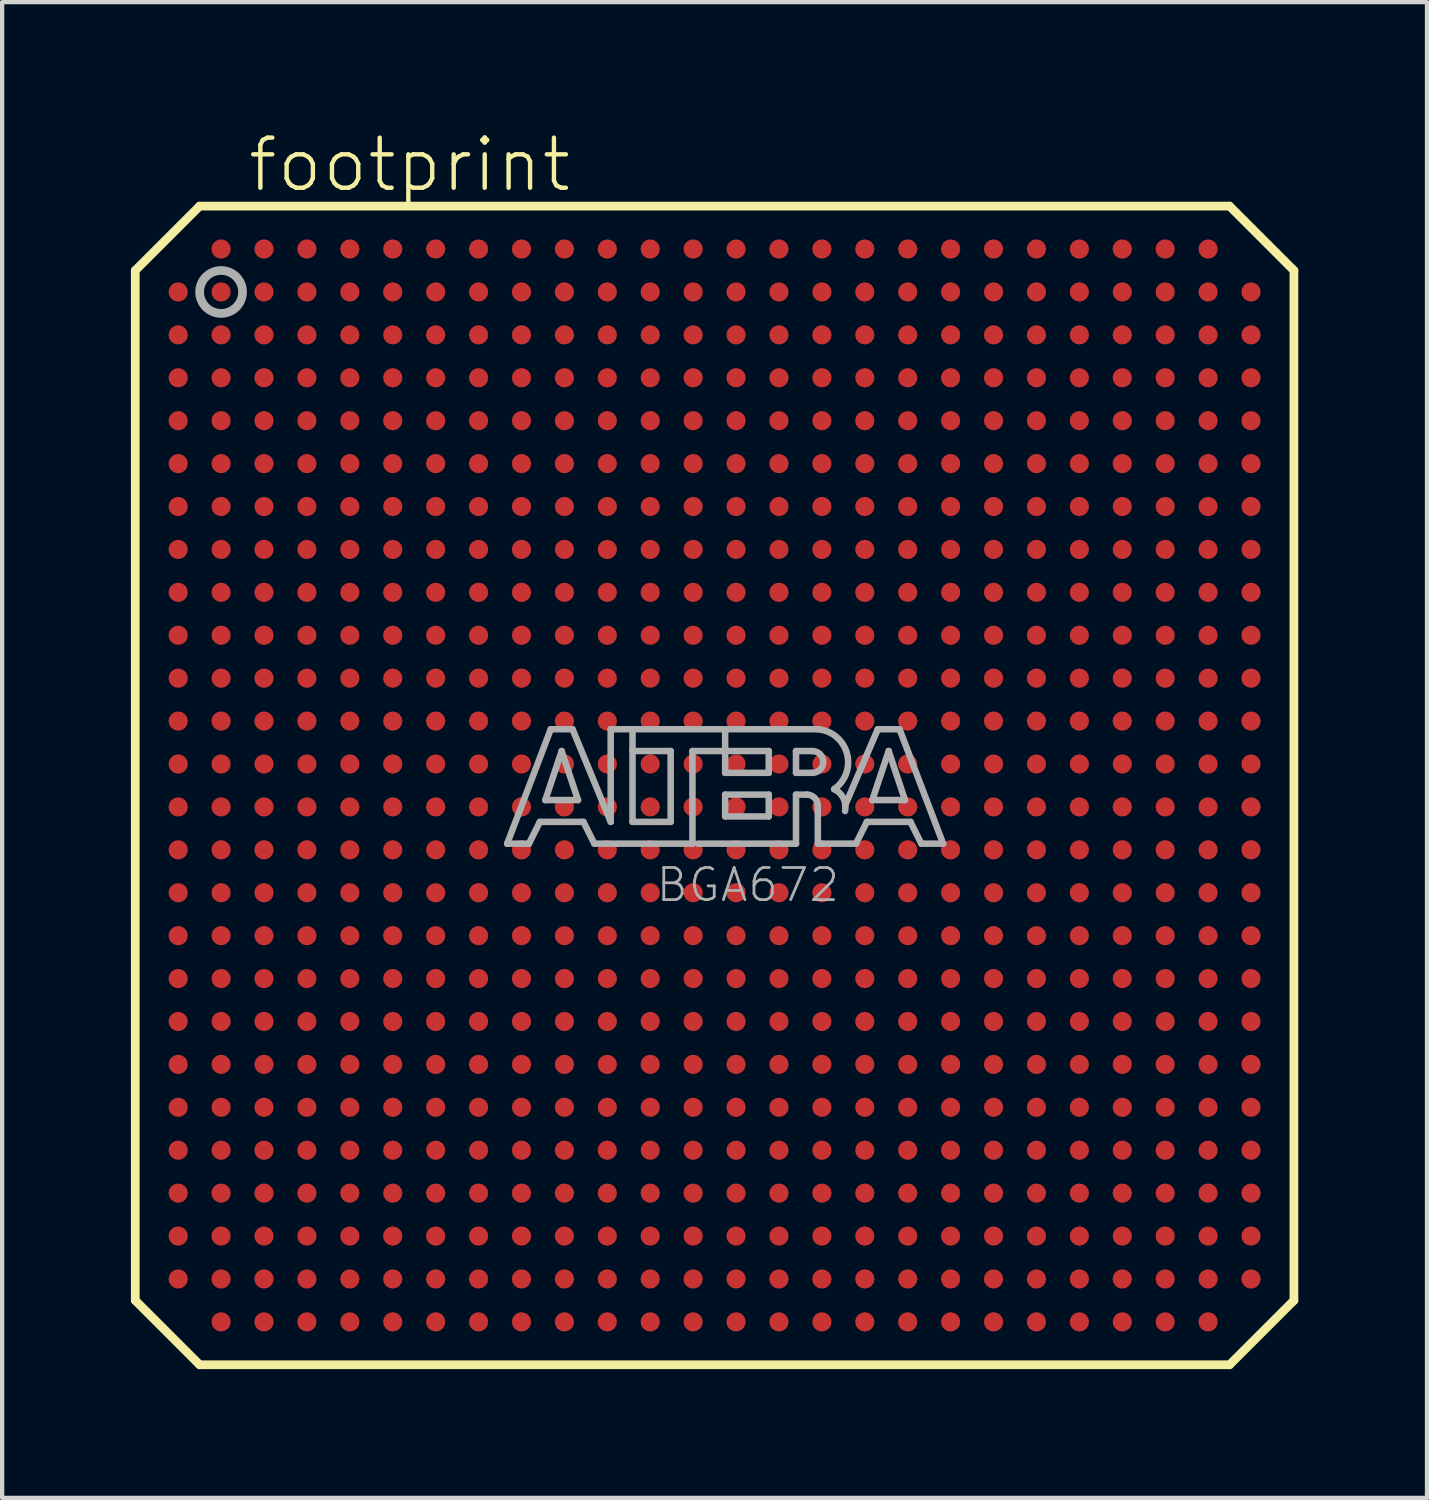
<source format=kicad_pcb>
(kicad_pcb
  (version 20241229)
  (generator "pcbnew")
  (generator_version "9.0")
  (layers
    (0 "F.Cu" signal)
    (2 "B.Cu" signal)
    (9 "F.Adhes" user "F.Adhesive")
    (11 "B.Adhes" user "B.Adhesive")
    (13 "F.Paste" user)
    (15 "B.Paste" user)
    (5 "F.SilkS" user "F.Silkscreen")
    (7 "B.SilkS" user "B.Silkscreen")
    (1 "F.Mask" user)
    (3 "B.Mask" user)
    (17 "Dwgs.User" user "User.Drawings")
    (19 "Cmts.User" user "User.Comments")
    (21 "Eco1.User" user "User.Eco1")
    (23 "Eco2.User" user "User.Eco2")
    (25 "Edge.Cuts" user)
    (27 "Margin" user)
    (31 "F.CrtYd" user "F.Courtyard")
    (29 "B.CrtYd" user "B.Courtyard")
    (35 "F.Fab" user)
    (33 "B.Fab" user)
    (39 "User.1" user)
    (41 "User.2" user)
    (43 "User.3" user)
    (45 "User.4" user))
  (footprint "footprint"
    (layer "F.Cu")
    (at 13.602 15.253)
    (property "Reference" "footprint" (at -10.93 -13.78 0) (layer "F.SilkS") (effects (font (size 1.168 1.168) (thickness 0.102)) (justify left bottom)))
    (fp_line (start -13.5 -12) (end -13.5 12) (stroke (width 0.203) (type solid)) (layer "F.SilkS"))
    (fp_line (start -13.5 12) (end -12 13.5) (stroke (width 0.203) (type solid)) (layer "F.SilkS"))
    (fp_line (start -12 -13.5) (end -13.5 -12) (stroke (width 0.203) (type solid)) (layer "F.SilkS"))
    (fp_line (start -12 13.5) (end 12 13.5) (stroke (width 0.203) (type solid)) (layer "F.SilkS"))
    (fp_line (start 12 -13.5) (end -12 -13.5) (stroke (width 0.203) (type solid)) (layer "F.SilkS"))
    (fp_line (start 12 13.5) (end 13.5 12) (stroke (width 0.203) (type solid)) (layer "F.SilkS"))
    (fp_line (start 13.5 -12) (end 12 -13.5) (stroke (width 0.203) (type solid)) (layer "F.SilkS"))
    (fp_line (start 13.5 12) (end 13.5 -12) (stroke (width 0.203) (type solid)) (layer "F.SilkS"))
    (fp_line (start -4.834 1.357) (end -3.818 -1.31) (stroke (width 0.152) (type solid)) (layer "F.Fab"))
    (fp_line (start -4.326 1.357) (end -4.834 1.357) (stroke (width 0.152) (type solid)) (layer "F.Fab"))
    (fp_line (start -4.072 0.849) (end -4.326 1.357) (stroke (width 0.152) (type solid)) (layer "F.Fab"))
    (fp_line (start -3.945 0.341) (end -3.183 0.341) (stroke (width 0.152) (type solid)) (layer "F.Fab"))
    (fp_line (start -3.818 -1.31) (end -3.31 -1.31) (stroke (width 0.152) (type solid)) (layer "F.Fab"))
    (fp_line (start -3.564 -0.802) (end -3.945 0.341) (stroke (width 0.152) (type solid)) (layer "F.Fab"))
    (fp_line (start -3.31 -1.31) (end -2.421 0.849) (stroke (width 0.152) (type solid)) (layer "F.Fab"))
    (fp_line (start -3.183 0.341) (end -3.564 -0.802) (stroke (width 0.152) (type solid)) (layer "F.Fab"))
    (fp_line (start -3.056 0.849) (end -4.072 0.849) (stroke (width 0.152) (type solid)) (layer "F.Fab"))
    (fp_line (start -2.802 1.357) (end -3.056 0.849) (stroke (width 0.152) (type solid)) (layer "F.Fab"))
    (fp_line (start -2.421 -1.31) (end -1.913 -1.31) (stroke (width 0.152) (type solid)) (layer "F.Fab"))
    (fp_line (start -2.421 0.849) (end -2.421 -1.31) (stroke (width 0.152) (type solid)) (layer "F.Fab"))
    (fp_line (start -1.913 -1.31) (end -1.913 -0.802) (stroke (width 0.152) (type solid)) (layer "F.Fab"))
    (fp_line (start -1.913 -1.31) (end 0.246 -1.31) (stroke (width 0.152) (type solid)) (layer "F.Fab"))
    (fp_line (start -1.913 -0.802) (end -1.913 0.849) (stroke (width 0.152) (type solid)) (layer "F.Fab"))
    (fp_line (start -1.913 0.849) (end -1.024 0.849) (stroke (width 0.152) (type solid)) (layer "F.Fab"))
    (fp_line (start -1.024 -0.802) (end -1.913 -0.802) (stroke (width 0.152) (type solid)) (layer "F.Fab"))
    (fp_line (start -1.024 0.849) (end -1.024 -0.802) (stroke (width 0.152) (type solid)) (layer "F.Fab"))
    (fp_line (start -0.516 -0.802) (end -0.516 1.357) (stroke (width 0.152) (type solid)) (layer "F.Fab"))
    (fp_line (start -0.516 1.357) (end -2.802 1.357) (stroke (width 0.152) (type solid)) (layer "F.Fab"))
    (fp_line (start 0.246 -1.31) (end 0.246 -0.802) (stroke (width 0.152) (type solid)) (layer "F.Fab"))
    (fp_line (start 0.246 -1.31) (end 2.405 -1.31) (stroke (width 0.152) (type solid)) (layer "F.Fab"))
    (fp_line (start 0.246 -0.802) (end -0.516 -0.802) (stroke (width 0.152) (type solid)) (layer "F.Fab"))
    (fp_line (start 0.246 -0.802) (end 0.246 -0.294) (stroke (width 0.152) (type solid)) (layer "F.Fab"))
    (fp_line (start 0.246 -0.294) (end 1.262 -0.294) (stroke (width 0.152) (type solid)) (layer "F.Fab"))
    (fp_line (start 0.246 0.214) (end 1.262 0.214) (stroke (width 0.152) (type solid)) (layer "F.Fab"))
    (fp_line (start 0.246 0.722) (end 0.246 0.214) (stroke (width 0.152) (type solid)) (layer "F.Fab"))
    (fp_line (start 1.262 -0.802) (end 0.246 -0.802) (stroke (width 0.152) (type solid)) (layer "F.Fab"))
    (fp_line (start 1.262 -0.294) (end 1.262 -0.802) (stroke (width 0.152) (type solid)) (layer "F.Fab"))
    (fp_line (start 1.262 0.214) (end 1.262 0.722) (stroke (width 0.152) (type solid)) (layer "F.Fab"))
    (fp_line (start 1.262 0.722) (end 0.246 0.722) (stroke (width 0.152) (type solid)) (layer "F.Fab"))
    (fp_line (start 1.897 -0.802) (end 1.897 -0.294) (stroke (width 0.152) (type solid)) (layer "F.Fab"))
    (fp_line (start 1.897 -0.294) (end 2.278 -0.294) (stroke (width 0.152) (type solid)) (layer "F.Fab"))
    (fp_line (start 1.897 0.214) (end 1.897 1.357) (stroke (width 0.152) (type solid)) (layer "F.Fab"))
    (fp_line (start 1.897 0.214) (end 2.151 0.214) (stroke (width 0.152) (type solid)) (layer "F.Fab"))
    (fp_line (start 1.897 1.357) (end -0.389 1.357) (stroke (width 0.152) (type solid)) (layer "F.Fab"))
    (fp_line (start 2.278 -0.802) (end 1.897 -0.802) (stroke (width 0.152) (type solid)) (layer "F.Fab"))
    (fp_line (start 2.405 0.468) (end 2.405 1.357) (stroke (width 0.152) (type solid)) (layer "F.Fab"))
    (fp_line (start 2.405 1.357) (end 3.294 1.357) (stroke (width 0.152) (type solid)) (layer "F.Fab"))
    (fp_line (start 3.294 1.357) (end 3.548 0.849) (stroke (width 0.152) (type solid)) (layer "F.Fab"))
    (fp_line (start 3.548 0.849) (end 4.564 0.849) (stroke (width 0.152) (type solid)) (layer "F.Fab"))
    (fp_line (start 3.675 0.341) (end 4.056 -0.802) (stroke (width 0.152) (type solid)) (layer "F.Fab"))
    (fp_line (start 3.802 -1.31) (end 3.04 0.468) (stroke (width 0.152) (type solid)) (layer "F.Fab"))
    (fp_line (start 4.056 -0.802) (end 4.437 0.341) (stroke (width 0.152) (type solid)) (layer "F.Fab"))
    (fp_line (start 4.31 -1.31) (end 3.802 -1.31) (stroke (width 0.152) (type solid)) (layer "F.Fab"))
    (fp_line (start 4.437 0.341) (end 3.675 0.341) (stroke (width 0.152) (type solid)) (layer "F.Fab"))
    (fp_line (start 4.564 0.849) (end 4.818 1.357) (stroke (width 0.152) (type solid)) (layer "F.Fab"))
    (fp_line (start 4.818 1.357) (end 5.326 1.357) (stroke (width 0.152) (type solid)) (layer "F.Fab"))
    (fp_line (start 5.326 1.357) (end 4.31 -1.31) (stroke (width 0.152) (type solid)) (layer "F.Fab"))
    (fp_arc (start 2.151 0.214) (mid 2.330605 0.288395) (end 2.405 0.468) (stroke (width 0.1524) (type solid)) (layer "F.Fab"))
    (fp_arc (start 2.278 -0.802) (mid 2.532 -0.548) (end 2.278 -0.294) (stroke (width 0.1524) (type solid)) (layer "F.Fab"))
    (fp_arc (start 2.405 -1.31) (mid 3.084953 -0.744769) (end 2.786098 0.087401) (stroke (width 0.1524) (type solid)) (layer "F.Fab"))
    (fp_arc (start 2.7861 0.0871) (mid 3.002081 0.296587) (end 3.039799 0.5951) (stroke (width 0.1524) (type solid)) (layer "F.Fab"))
    (fp_circle (center -11.5 -11.5) (end -11 -11.5) (stroke (width 0.203) (type solid)) (fill no) (layer "F.Fab"))
    (fp_text user "BGA672" (at -1.405 2.755 0) (layer "F.Fab") (effects (font (size 0.748 0.748) (thickness 0.065)) (justify left bottom)))
    (pad "A2" smd roundrect (at -11.5 -12.5) (size 0.45 0.45) (layers "F.Cu" "F.Mask" "F.Paste") (roundrect_rratio 0.5))
    (pad "A3" smd roundrect (at -10.5 -12.5) (size 0.45 0.45) (layers "F.Cu" "F.Mask" "F.Paste") (roundrect_rratio 0.5))
    (pad "A4" smd roundrect (at -9.5 -12.5) (size 0.45 0.45) (layers "F.Cu" "F.Mask" "F.Paste") (roundrect_rratio 0.5))
    (pad "A5" smd roundrect (at -8.5 -12.5) (size 0.45 0.45) (layers "F.Cu" "F.Mask" "F.Paste") (roundrect_rratio 0.5))
    (pad "A6" smd roundrect (at -7.5 -12.5) (size 0.45 0.45) (layers "F.Cu" "F.Mask" "F.Paste") (roundrect_rratio 0.5))
    (pad "A7" smd roundrect (at -6.5 -12.5) (size 0.45 0.45) (layers "F.Cu" "F.Mask" "F.Paste") (roundrect_rratio 0.5))
    (pad "A8" smd roundrect (at -5.5 -12.5) (size 0.45 0.45) (layers "F.Cu" "F.Mask" "F.Paste") (roundrect_rratio 0.5))
    (pad "A9" smd roundrect (at -4.5 -12.5) (size 0.45 0.45) (layers "F.Cu" "F.Mask" "F.Paste") (roundrect_rratio 0.5))
    (pad "A10" smd roundrect (at -3.5 -12.5) (size 0.45 0.45) (layers "F.Cu" "F.Mask" "F.Paste") (roundrect_rratio 0.5))
    (pad "A11" smd roundrect (at -2.5 -12.5) (size 0.45 0.45) (layers "F.Cu" "F.Mask" "F.Paste") (roundrect_rratio 0.5))
    (pad "A12" smd roundrect (at -1.5 -12.5) (size 0.45 0.45) (layers "F.Cu" "F.Mask" "F.Paste") (roundrect_rratio 0.5))
    (pad "A13" smd roundrect (at -0.5 -12.5) (size 0.45 0.45) (layers "F.Cu" "F.Mask" "F.Paste") (roundrect_rratio 0.5))
    (pad "A14" smd roundrect (at 0.5 -12.5) (size 0.45 0.45) (layers "F.Cu" "F.Mask" "F.Paste") (roundrect_rratio 0.5))
    (pad "A15" smd roundrect (at 1.5 -12.5) (size 0.45 0.45) (layers "F.Cu" "F.Mask" "F.Paste") (roundrect_rratio 0.5))
    (pad "A16" smd roundrect (at 2.5 -12.5) (size 0.45 0.45) (layers "F.Cu" "F.Mask" "F.Paste") (roundrect_rratio 0.5))
    (pad "A17" smd roundrect (at 3.5 -12.5) (size 0.45 0.45) (layers "F.Cu" "F.Mask" "F.Paste") (roundrect_rratio 0.5))
    (pad "A18" smd roundrect (at 4.5 -12.5) (size 0.45 0.45) (layers "F.Cu" "F.Mask" "F.Paste") (roundrect_rratio 0.5))
    (pad "A19" smd roundrect (at 5.5 -12.5) (size 0.45 0.45) (layers "F.Cu" "F.Mask" "F.Paste") (roundrect_rratio 0.5))
    (pad "A20" smd roundrect (at 6.5 -12.5) (size 0.45 0.45) (layers "F.Cu" "F.Mask" "F.Paste") (roundrect_rratio 0.5))
    (pad "A21" smd roundrect (at 7.5 -12.5) (size 0.45 0.45) (layers "F.Cu" "F.Mask" "F.Paste") (roundrect_rratio 0.5))
    (pad "A22" smd roundrect (at 8.5 -12.5) (size 0.45 0.45) (layers "F.Cu" "F.Mask" "F.Paste") (roundrect_rratio 0.5))
    (pad "A23" smd roundrect (at 9.5 -12.5) (size 0.45 0.45) (layers "F.Cu" "F.Mask" "F.Paste") (roundrect_rratio 0.5))
    (pad "A24" smd roundrect (at 10.5 -12.5) (size 0.45 0.45) (layers "F.Cu" "F.Mask" "F.Paste") (roundrect_rratio 0.5))
    (pad "A25" smd roundrect (at 11.5 -12.5) (size 0.45 0.45) (layers "F.Cu" "F.Mask" "F.Paste") (roundrect_rratio 0.5))
    (pad "AA1" smd roundrect (at -12.5 7.5) (size 0.45 0.45) (layers "F.Cu" "F.Mask" "F.Paste") (roundrect_rratio 0.5))
    (pad "AA2" smd roundrect (at -11.5 7.5) (size 0.45 0.45) (layers "F.Cu" "F.Mask" "F.Paste") (roundrect_rratio 0.5))
    (pad "AA3" smd roundrect (at -10.5 7.5) (size 0.45 0.45) (layers "F.Cu" "F.Mask" "F.Paste") (roundrect_rratio 0.5))
    (pad "AA4" smd roundrect (at -9.5 7.5) (size 0.45 0.45) (layers "F.Cu" "F.Mask" "F.Paste") (roundrect_rratio 0.5))
    (pad "AA5" smd roundrect (at -8.5 7.5) (size 0.45 0.45) (layers "F.Cu" "F.Mask" "F.Paste") (roundrect_rratio 0.5))
    (pad "AA6" smd roundrect (at -7.5 7.5) (size 0.45 0.45) (layers "F.Cu" "F.Mask" "F.Paste") (roundrect_rratio 0.5))
    (pad "AA7" smd roundrect (at -6.5 7.5) (size 0.45 0.45) (layers "F.Cu" "F.Mask" "F.Paste") (roundrect_rratio 0.5))
    (pad "AA8" smd roundrect (at -5.5 7.5) (size 0.45 0.45) (layers "F.Cu" "F.Mask" "F.Paste") (roundrect_rratio 0.5))
    (pad "AA9" smd roundrect (at -4.5 7.5) (size 0.45 0.45) (layers "F.Cu" "F.Mask" "F.Paste") (roundrect_rratio 0.5))
    (pad "AA10" smd roundrect (at -3.5 7.5) (size 0.45 0.45) (layers "F.Cu" "F.Mask" "F.Paste") (roundrect_rratio 0.5))
    (pad "AA11" smd roundrect (at -2.5 7.5) (size 0.45 0.45) (layers "F.Cu" "F.Mask" "F.Paste") (roundrect_rratio 0.5))
    (pad "AA12" smd roundrect (at -1.5 7.5) (size 0.45 0.45) (layers "F.Cu" "F.Mask" "F.Paste") (roundrect_rratio 0.5))
    (pad "AA13" smd roundrect (at -0.5 7.5) (size 0.45 0.45) (layers "F.Cu" "F.Mask" "F.Paste") (roundrect_rratio 0.5))
    (pad "AA14" smd roundrect (at 0.5 7.5) (size 0.45 0.45) (layers "F.Cu" "F.Mask" "F.Paste") (roundrect_rratio 0.5))
    (pad "AA15" smd roundrect (at 1.5 7.5) (size 0.45 0.45) (layers "F.Cu" "F.Mask" "F.Paste") (roundrect_rratio 0.5))
    (pad "AA16" smd roundrect (at 2.5 7.5) (size 0.45 0.45) (layers "F.Cu" "F.Mask" "F.Paste") (roundrect_rratio 0.5))
    (pad "AA17" smd roundrect (at 3.5 7.5) (size 0.45 0.45) (layers "F.Cu" "F.Mask" "F.Paste") (roundrect_rratio 0.5))
    (pad "AA18" smd roundrect (at 4.5 7.5) (size 0.45 0.45) (layers "F.Cu" "F.Mask" "F.Paste") (roundrect_rratio 0.5))
    (pad "AA19" smd roundrect (at 5.5 7.5) (size 0.45 0.45) (layers "F.Cu" "F.Mask" "F.Paste") (roundrect_rratio 0.5))
    (pad "AA20" smd roundrect (at 6.5 7.5) (size 0.45 0.45) (layers "F.Cu" "F.Mask" "F.Paste") (roundrect_rratio 0.5))
    (pad "AA21" smd roundrect (at 7.5 7.5) (size 0.45 0.45) (layers "F.Cu" "F.Mask" "F.Paste") (roundrect_rratio 0.5))
    (pad "AA22" smd roundrect (at 8.5 7.5) (size 0.45 0.45) (layers "F.Cu" "F.Mask" "F.Paste") (roundrect_rratio 0.5))
    (pad "AA23" smd roundrect (at 9.5 7.5) (size 0.45 0.45) (layers "F.Cu" "F.Mask" "F.Paste") (roundrect_rratio 0.5))
    (pad "AA24" smd roundrect (at 10.5 7.5) (size 0.45 0.45) (layers "F.Cu" "F.Mask" "F.Paste") (roundrect_rratio 0.5))
    (pad "AA25" smd roundrect (at 11.5 7.5) (size 0.45 0.45) (layers "F.Cu" "F.Mask" "F.Paste") (roundrect_rratio 0.5))
    (pad "AA26" smd roundrect (at 12.5 7.5) (size 0.45 0.45) (layers "F.Cu" "F.Mask" "F.Paste") (roundrect_rratio 0.5))
    (pad "AB1" smd roundrect (at -12.5 8.5) (size 0.45 0.45) (layers "F.Cu" "F.Mask" "F.Paste") (roundrect_rratio 0.5))
    (pad "AB2" smd roundrect (at -11.5 8.5) (size 0.45 0.45) (layers "F.Cu" "F.Mask" "F.Paste") (roundrect_rratio 0.5))
    (pad "AB3" smd roundrect (at -10.5 8.5) (size 0.45 0.45) (layers "F.Cu" "F.Mask" "F.Paste") (roundrect_rratio 0.5))
    (pad "AB4" smd roundrect (at -9.5 8.5) (size 0.45 0.45) (layers "F.Cu" "F.Mask" "F.Paste") (roundrect_rratio 0.5))
    (pad "AB5" smd roundrect (at -8.5 8.5) (size 0.45 0.45) (layers "F.Cu" "F.Mask" "F.Paste") (roundrect_rratio 0.5))
    (pad "AB6" smd roundrect (at -7.5 8.5) (size 0.45 0.45) (layers "F.Cu" "F.Mask" "F.Paste") (roundrect_rratio 0.5))
    (pad "AB7" smd roundrect (at -6.5 8.5) (size 0.45 0.45) (layers "F.Cu" "F.Mask" "F.Paste") (roundrect_rratio 0.5))
    (pad "AB8" smd roundrect (at -5.5 8.5) (size 0.45 0.45) (layers "F.Cu" "F.Mask" "F.Paste") (roundrect_rratio 0.5))
    (pad "AB9" smd roundrect (at -4.5 8.5) (size 0.45 0.45) (layers "F.Cu" "F.Mask" "F.Paste") (roundrect_rratio 0.5))
    (pad "AB10" smd roundrect (at -3.5 8.5) (size 0.45 0.45) (layers "F.Cu" "F.Mask" "F.Paste") (roundrect_rratio 0.5))
    (pad "AB11" smd roundrect (at -2.5 8.5) (size 0.45 0.45) (layers "F.Cu" "F.Mask" "F.Paste") (roundrect_rratio 0.5))
    (pad "AB12" smd roundrect (at -1.5 8.5) (size 0.45 0.45) (layers "F.Cu" "F.Mask" "F.Paste") (roundrect_rratio 0.5))
    (pad "AB13" smd roundrect (at -0.5 8.5) (size 0.45 0.45) (layers "F.Cu" "F.Mask" "F.Paste") (roundrect_rratio 0.5))
    (pad "AB14" smd roundrect (at 0.5 8.5) (size 0.45 0.45) (layers "F.Cu" "F.Mask" "F.Paste") (roundrect_rratio 0.5))
    (pad "AB15" smd roundrect (at 1.5 8.5) (size 0.45 0.45) (layers "F.Cu" "F.Mask" "F.Paste") (roundrect_rratio 0.5))
    (pad "AB16" smd roundrect (at 2.5 8.5) (size 0.45 0.45) (layers "F.Cu" "F.Mask" "F.Paste") (roundrect_rratio 0.5))
    (pad "AB17" smd roundrect (at 3.5 8.5) (size 0.45 0.45) (layers "F.Cu" "F.Mask" "F.Paste") (roundrect_rratio 0.5))
    (pad "AB18" smd roundrect (at 4.5 8.5) (size 0.45 0.45) (layers "F.Cu" "F.Mask" "F.Paste") (roundrect_rratio 0.5))
    (pad "AB19" smd roundrect (at 5.5 8.5) (size 0.45 0.45) (layers "F.Cu" "F.Mask" "F.Paste") (roundrect_rratio 0.5))
    (pad "AB20" smd roundrect (at 6.5 8.5) (size 0.45 0.45) (layers "F.Cu" "F.Mask" "F.Paste") (roundrect_rratio 0.5))
    (pad "AB21" smd roundrect (at 7.5 8.5) (size 0.45 0.45) (layers "F.Cu" "F.Mask" "F.Paste") (roundrect_rratio 0.5))
    (pad "AB22" smd roundrect (at 8.5 8.5) (size 0.45 0.45) (layers "F.Cu" "F.Mask" "F.Paste") (roundrect_rratio 0.5))
    (pad "AB23" smd roundrect (at 9.5 8.5) (size 0.45 0.45) (layers "F.Cu" "F.Mask" "F.Paste") (roundrect_rratio 0.5))
    (pad "AB24" smd roundrect (at 10.5 8.5) (size 0.45 0.45) (layers "F.Cu" "F.Mask" "F.Paste") (roundrect_rratio 0.5))
    (pad "AB25" smd roundrect (at 11.5 8.5) (size 0.45 0.45) (layers "F.Cu" "F.Mask" "F.Paste") (roundrect_rratio 0.5))
    (pad "AB26" smd roundrect (at 12.5 8.5) (size 0.45 0.45) (layers "F.Cu" "F.Mask" "F.Paste") (roundrect_rratio 0.5))
    (pad "AC1" smd roundrect (at -12.5 9.5) (size 0.45 0.45) (layers "F.Cu" "F.Mask" "F.Paste") (roundrect_rratio 0.5))
    (pad "AC2" smd roundrect (at -11.5 9.5) (size 0.45 0.45) (layers "F.Cu" "F.Mask" "F.Paste") (roundrect_rratio 0.5))
    (pad "AC3" smd roundrect (at -10.5 9.5) (size 0.45 0.45) (layers "F.Cu" "F.Mask" "F.Paste") (roundrect_rratio 0.5))
    (pad "AC4" smd roundrect (at -9.5 9.5) (size 0.45 0.45) (layers "F.Cu" "F.Mask" "F.Paste") (roundrect_rratio 0.5))
    (pad "AC5" smd roundrect (at -8.5 9.5) (size 0.45 0.45) (layers "F.Cu" "F.Mask" "F.Paste") (roundrect_rratio 0.5))
    (pad "AC6" smd roundrect (at -7.5 9.5) (size 0.45 0.45) (layers "F.Cu" "F.Mask" "F.Paste") (roundrect_rratio 0.5))
    (pad "AC7" smd roundrect (at -6.5 9.5) (size 0.45 0.45) (layers "F.Cu" "F.Mask" "F.Paste") (roundrect_rratio 0.5))
    (pad "AC8" smd roundrect (at -5.5 9.5) (size 0.45 0.45) (layers "F.Cu" "F.Mask" "F.Paste") (roundrect_rratio 0.5))
    (pad "AC9" smd roundrect (at -4.5 9.5) (size 0.45 0.45) (layers "F.Cu" "F.Mask" "F.Paste") (roundrect_rratio 0.5))
    (pad "AC10" smd roundrect (at -3.5 9.5) (size 0.45 0.45) (layers "F.Cu" "F.Mask" "F.Paste") (roundrect_rratio 0.5))
    (pad "AC11" smd roundrect (at -2.5 9.5) (size 0.45 0.45) (layers "F.Cu" "F.Mask" "F.Paste") (roundrect_rratio 0.5))
    (pad "AC12" smd roundrect (at -1.5 9.5) (size 0.45 0.45) (layers "F.Cu" "F.Mask" "F.Paste") (roundrect_rratio 0.5))
    (pad "AC13" smd roundrect (at -0.5 9.5) (size 0.45 0.45) (layers "F.Cu" "F.Mask" "F.Paste") (roundrect_rratio 0.5))
    (pad "AC14" smd roundrect (at 0.5 9.5) (size 0.45 0.45) (layers "F.Cu" "F.Mask" "F.Paste") (roundrect_rratio 0.5))
    (pad "AC15" smd roundrect (at 1.5 9.5) (size 0.45 0.45) (layers "F.Cu" "F.Mask" "F.Paste") (roundrect_rratio 0.5))
    (pad "AC16" smd roundrect (at 2.5 9.5) (size 0.45 0.45) (layers "F.Cu" "F.Mask" "F.Paste") (roundrect_rratio 0.5))
    (pad "AC17" smd roundrect (at 3.5 9.5) (size 0.45 0.45) (layers "F.Cu" "F.Mask" "F.Paste") (roundrect_rratio 0.5))
    (pad "AC18" smd roundrect (at 4.5 9.5) (size 0.45 0.45) (layers "F.Cu" "F.Mask" "F.Paste") (roundrect_rratio 0.5))
    (pad "AC19" smd roundrect (at 5.5 9.5) (size 0.45 0.45) (layers "F.Cu" "F.Mask" "F.Paste") (roundrect_rratio 0.5))
    (pad "AC20" smd roundrect (at 6.5 9.5) (size 0.45 0.45) (layers "F.Cu" "F.Mask" "F.Paste") (roundrect_rratio 0.5))
    (pad "AC21" smd roundrect (at 7.5 9.5) (size 0.45 0.45) (layers "F.Cu" "F.Mask" "F.Paste") (roundrect_rratio 0.5))
    (pad "AC22" smd roundrect (at 8.5 9.5) (size 0.45 0.45) (layers "F.Cu" "F.Mask" "F.Paste") (roundrect_rratio 0.5))
    (pad "AC23" smd roundrect (at 9.5 9.5) (size 0.45 0.45) (layers "F.Cu" "F.Mask" "F.Paste") (roundrect_rratio 0.5))
    (pad "AC24" smd roundrect (at 10.5 9.5) (size 0.45 0.45) (layers "F.Cu" "F.Mask" "F.Paste") (roundrect_rratio 0.5))
    (pad "AC25" smd roundrect (at 11.5 9.5) (size 0.45 0.45) (layers "F.Cu" "F.Mask" "F.Paste") (roundrect_rratio 0.5))
    (pad "AC26" smd roundrect (at 12.5 9.5) (size 0.45 0.45) (layers "F.Cu" "F.Mask" "F.Paste") (roundrect_rratio 0.5))
    (pad "AD1" smd roundrect (at -12.5 10.5) (size 0.45 0.45) (layers "F.Cu" "F.Mask" "F.Paste") (roundrect_rratio 0.5))
    (pad "AD2" smd roundrect (at -11.5 10.5) (size 0.45 0.45) (layers "F.Cu" "F.Mask" "F.Paste") (roundrect_rratio 0.5))
    (pad "AD3" smd roundrect (at -10.5 10.5) (size 0.45 0.45) (layers "F.Cu" "F.Mask" "F.Paste") (roundrect_rratio 0.5))
    (pad "AD4" smd roundrect (at -9.5 10.5) (size 0.45 0.45) (layers "F.Cu" "F.Mask" "F.Paste") (roundrect_rratio 0.5))
    (pad "AD5" smd roundrect (at -8.5 10.5) (size 0.45 0.45) (layers "F.Cu" "F.Mask" "F.Paste") (roundrect_rratio 0.5))
    (pad "AD6" smd roundrect (at -7.5 10.5) (size 0.45 0.45) (layers "F.Cu" "F.Mask" "F.Paste") (roundrect_rratio 0.5))
    (pad "AD7" smd roundrect (at -6.5 10.5) (size 0.45 0.45) (layers "F.Cu" "F.Mask" "F.Paste") (roundrect_rratio 0.5))
    (pad "AD8" smd roundrect (at -5.5 10.5) (size 0.45 0.45) (layers "F.Cu" "F.Mask" "F.Paste") (roundrect_rratio 0.5))
    (pad "AD9" smd roundrect (at -4.5 10.5) (size 0.45 0.45) (layers "F.Cu" "F.Mask" "F.Paste") (roundrect_rratio 0.5))
    (pad "AD10" smd roundrect (at -3.5 10.5) (size 0.45 0.45) (layers "F.Cu" "F.Mask" "F.Paste") (roundrect_rratio 0.5))
    (pad "AD11" smd roundrect (at -2.5 10.5) (size 0.45 0.45) (layers "F.Cu" "F.Mask" "F.Paste") (roundrect_rratio 0.5))
    (pad "AD12" smd roundrect (at -1.5 10.5) (size 0.45 0.45) (layers "F.Cu" "F.Mask" "F.Paste") (roundrect_rratio 0.5))
    (pad "AD13" smd roundrect (at -0.5 10.5) (size 0.45 0.45) (layers "F.Cu" "F.Mask" "F.Paste") (roundrect_rratio 0.5))
    (pad "AD14" smd roundrect (at 0.5 10.5) (size 0.45 0.45) (layers "F.Cu" "F.Mask" "F.Paste") (roundrect_rratio 0.5))
    (pad "AD15" smd roundrect (at 1.5 10.5) (size 0.45 0.45) (layers "F.Cu" "F.Mask" "F.Paste") (roundrect_rratio 0.5))
    (pad "AD16" smd roundrect (at 2.5 10.5) (size 0.45 0.45) (layers "F.Cu" "F.Mask" "F.Paste") (roundrect_rratio 0.5))
    (pad "AD17" smd roundrect (at 3.5 10.5) (size 0.45 0.45) (layers "F.Cu" "F.Mask" "F.Paste") (roundrect_rratio 0.5))
    (pad "AD18" smd roundrect (at 4.5 10.5) (size 0.45 0.45) (layers "F.Cu" "F.Mask" "F.Paste") (roundrect_rratio 0.5))
    (pad "AD19" smd roundrect (at 5.5 10.5) (size 0.45 0.45) (layers "F.Cu" "F.Mask" "F.Paste") (roundrect_rratio 0.5))
    (pad "AD20" smd roundrect (at 6.5 10.5) (size 0.45 0.45) (layers "F.Cu" "F.Mask" "F.Paste") (roundrect_rratio 0.5))
    (pad "AD21" smd roundrect (at 7.5 10.5) (size 0.45 0.45) (layers "F.Cu" "F.Mask" "F.Paste") (roundrect_rratio 0.5))
    (pad "AD22" smd roundrect (at 8.5 10.5) (size 0.45 0.45) (layers "F.Cu" "F.Mask" "F.Paste") (roundrect_rratio 0.5))
    (pad "AD23" smd roundrect (at 9.5 10.5) (size 0.45 0.45) (layers "F.Cu" "F.Mask" "F.Paste") (roundrect_rratio 0.5))
    (pad "AD24" smd roundrect (at 10.5 10.5) (size 0.45 0.45) (layers "F.Cu" "F.Mask" "F.Paste") (roundrect_rratio 0.5))
    (pad "AD25" smd roundrect (at 11.5 10.5) (size 0.45 0.45) (layers "F.Cu" "F.Mask" "F.Paste") (roundrect_rratio 0.5))
    (pad "AD26" smd roundrect (at 12.5 10.5) (size 0.45 0.45) (layers "F.Cu" "F.Mask" "F.Paste") (roundrect_rratio 0.5))
    (pad "AE1" smd roundrect (at -12.5 11.5) (size 0.45 0.45) (layers "F.Cu" "F.Mask" "F.Paste") (roundrect_rratio 0.5))
    (pad "AE2" smd roundrect (at -11.5 11.5) (size 0.45 0.45) (layers "F.Cu" "F.Mask" "F.Paste") (roundrect_rratio 0.5))
    (pad "AE3" smd roundrect (at -10.5 11.5) (size 0.45 0.45) (layers "F.Cu" "F.Mask" "F.Paste") (roundrect_rratio 0.5))
    (pad "AE4" smd roundrect (at -9.5 11.5) (size 0.45 0.45) (layers "F.Cu" "F.Mask" "F.Paste") (roundrect_rratio 0.5))
    (pad "AE5" smd roundrect (at -8.5 11.5) (size 0.45 0.45) (layers "F.Cu" "F.Mask" "F.Paste") (roundrect_rratio 0.5))
    (pad "AE6" smd roundrect (at -7.5 11.5) (size 0.45 0.45) (layers "F.Cu" "F.Mask" "F.Paste") (roundrect_rratio 0.5))
    (pad "AE7" smd roundrect (at -6.5 11.5) (size 0.45 0.45) (layers "F.Cu" "F.Mask" "F.Paste") (roundrect_rratio 0.5))
    (pad "AE8" smd roundrect (at -5.5 11.5) (size 0.45 0.45) (layers "F.Cu" "F.Mask" "F.Paste") (roundrect_rratio 0.5))
    (pad "AE9" smd roundrect (at -4.5 11.5) (size 0.45 0.45) (layers "F.Cu" "F.Mask" "F.Paste") (roundrect_rratio 0.5))
    (pad "AE10" smd roundrect (at -3.5 11.5) (size 0.45 0.45) (layers "F.Cu" "F.Mask" "F.Paste") (roundrect_rratio 0.5))
    (pad "AE11" smd roundrect (at -2.5 11.5) (size 0.45 0.45) (layers "F.Cu" "F.Mask" "F.Paste") (roundrect_rratio 0.5))
    (pad "AE12" smd roundrect (at -1.5 11.5) (size 0.45 0.45) (layers "F.Cu" "F.Mask" "F.Paste") (roundrect_rratio 0.5))
    (pad "AE13" smd roundrect (at -0.5 11.5) (size 0.45 0.45) (layers "F.Cu" "F.Mask" "F.Paste") (roundrect_rratio 0.5))
    (pad "AE14" smd roundrect (at 0.5 11.5) (size 0.45 0.45) (layers "F.Cu" "F.Mask" "F.Paste") (roundrect_rratio 0.5))
    (pad "AE15" smd roundrect (at 1.5 11.5) (size 0.45 0.45) (layers "F.Cu" "F.Mask" "F.Paste") (roundrect_rratio 0.5))
    (pad "AE16" smd roundrect (at 2.5 11.5) (size 0.45 0.45) (layers "F.Cu" "F.Mask" "F.Paste") (roundrect_rratio 0.5))
    (pad "AE17" smd roundrect (at 3.5 11.5) (size 0.45 0.45) (layers "F.Cu" "F.Mask" "F.Paste") (roundrect_rratio 0.5))
    (pad "AE18" smd roundrect (at 4.5 11.5) (size 0.45 0.45) (layers "F.Cu" "F.Mask" "F.Paste") (roundrect_rratio 0.5))
    (pad "AE19" smd roundrect (at 5.5 11.5) (size 0.45 0.45) (layers "F.Cu" "F.Mask" "F.Paste") (roundrect_rratio 0.5))
    (pad "AE20" smd roundrect (at 6.5 11.5) (size 0.45 0.45) (layers "F.Cu" "F.Mask" "F.Paste") (roundrect_rratio 0.5))
    (pad "AE21" smd roundrect (at 7.5 11.5) (size 0.45 0.45) (layers "F.Cu" "F.Mask" "F.Paste") (roundrect_rratio 0.5))
    (pad "AE22" smd roundrect (at 8.5 11.5) (size 0.45 0.45) (layers "F.Cu" "F.Mask" "F.Paste") (roundrect_rratio 0.5))
    (pad "AE23" smd roundrect (at 9.5 11.5) (size 0.45 0.45) (layers "F.Cu" "F.Mask" "F.Paste") (roundrect_rratio 0.5))
    (pad "AE24" smd roundrect (at 10.5 11.5) (size 0.45 0.45) (layers "F.Cu" "F.Mask" "F.Paste") (roundrect_rratio 0.5))
    (pad "AE25" smd roundrect (at 11.5 11.5) (size 0.45 0.45) (layers "F.Cu" "F.Mask" "F.Paste") (roundrect_rratio 0.5))
    (pad "AE26" smd roundrect (at 12.5 11.5) (size 0.45 0.45) (layers "F.Cu" "F.Mask" "F.Paste") (roundrect_rratio 0.5))
    (pad "AF2" smd roundrect (at -11.5 12.5) (size 0.45 0.45) (layers "F.Cu" "F.Mask" "F.Paste") (roundrect_rratio 0.5))
    (pad "AF3" smd roundrect (at -10.5 12.5) (size 0.45 0.45) (layers "F.Cu" "F.Mask" "F.Paste") (roundrect_rratio 0.5))
    (pad "AF4" smd roundrect (at -9.5 12.5) (size 0.45 0.45) (layers "F.Cu" "F.Mask" "F.Paste") (roundrect_rratio 0.5))
    (pad "AF5" smd roundrect (at -8.5 12.5) (size 0.45 0.45) (layers "F.Cu" "F.Mask" "F.Paste") (roundrect_rratio 0.5))
    (pad "AF6" smd roundrect (at -7.5 12.5) (size 0.45 0.45) (layers "F.Cu" "F.Mask" "F.Paste") (roundrect_rratio 0.5))
    (pad "AF7" smd roundrect (at -6.5 12.5) (size 0.45 0.45) (layers "F.Cu" "F.Mask" "F.Paste") (roundrect_rratio 0.5))
    (pad "AF8" smd roundrect (at -5.5 12.5) (size 0.45 0.45) (layers "F.Cu" "F.Mask" "F.Paste") (roundrect_rratio 0.5))
    (pad "AF9" smd roundrect (at -4.5 12.5) (size 0.45 0.45) (layers "F.Cu" "F.Mask" "F.Paste") (roundrect_rratio 0.5))
    (pad "AF10" smd roundrect (at -3.5 12.5) (size 0.45 0.45) (layers "F.Cu" "F.Mask" "F.Paste") (roundrect_rratio 0.5))
    (pad "AF11" smd roundrect (at -2.5 12.5) (size 0.45 0.45) (layers "F.Cu" "F.Mask" "F.Paste") (roundrect_rratio 0.5))
    (pad "AF12" smd roundrect (at -1.5 12.5) (size 0.45 0.45) (layers "F.Cu" "F.Mask" "F.Paste") (roundrect_rratio 0.5))
    (pad "AF13" smd roundrect (at -0.5 12.5) (size 0.45 0.45) (layers "F.Cu" "F.Mask" "F.Paste") (roundrect_rratio 0.5))
    (pad "AF14" smd roundrect (at 0.5 12.5) (size 0.45 0.45) (layers "F.Cu" "F.Mask" "F.Paste") (roundrect_rratio 0.5))
    (pad "AF15" smd roundrect (at 1.5 12.5) (size 0.45 0.45) (layers "F.Cu" "F.Mask" "F.Paste") (roundrect_rratio 0.5))
    (pad "AF16" smd roundrect (at 2.5 12.5) (size 0.45 0.45) (layers "F.Cu" "F.Mask" "F.Paste") (roundrect_rratio 0.5))
    (pad "AF17" smd roundrect (at 3.5 12.5) (size 0.45 0.45) (layers "F.Cu" "F.Mask" "F.Paste") (roundrect_rratio 0.5))
    (pad "AF18" smd roundrect (at 4.5 12.5) (size 0.45 0.45) (layers "F.Cu" "F.Mask" "F.Paste") (roundrect_rratio 0.5))
    (pad "AF19" smd roundrect (at 5.5 12.5) (size 0.45 0.45) (layers "F.Cu" "F.Mask" "F.Paste") (roundrect_rratio 0.5))
    (pad "AF20" smd roundrect (at 6.5 12.5) (size 0.45 0.45) (layers "F.Cu" "F.Mask" "F.Paste") (roundrect_rratio 0.5))
    (pad "AF21" smd roundrect (at 7.5 12.5) (size 0.45 0.45) (layers "F.Cu" "F.Mask" "F.Paste") (roundrect_rratio 0.5))
    (pad "AF22" smd roundrect (at 8.5 12.5) (size 0.45 0.45) (layers "F.Cu" "F.Mask" "F.Paste") (roundrect_rratio 0.5))
    (pad "AF23" smd roundrect (at 9.5 12.5) (size 0.45 0.45) (layers "F.Cu" "F.Mask" "F.Paste") (roundrect_rratio 0.5))
    (pad "AF24" smd roundrect (at 10.5 12.5) (size 0.45 0.45) (layers "F.Cu" "F.Mask" "F.Paste") (roundrect_rratio 0.5))
    (pad "AF25" smd roundrect (at 11.5 12.5) (size 0.45 0.45) (layers "F.Cu" "F.Mask" "F.Paste") (roundrect_rratio 0.5))
    (pad "B1" smd roundrect (at -12.5 -11.5) (size 0.45 0.45) (layers "F.Cu" "F.Mask" "F.Paste") (roundrect_rratio 0.5))
    (pad "B2" smd roundrect (at -11.5 -11.5) (size 0.45 0.45) (layers "F.Cu" "F.Mask" "F.Paste") (roundrect_rratio 0.5))
    (pad "B3" smd roundrect (at -10.5 -11.5) (size 0.45 0.45) (layers "F.Cu" "F.Mask" "F.Paste") (roundrect_rratio 0.5))
    (pad "B4" smd roundrect (at -9.5 -11.5) (size 0.45 0.45) (layers "F.Cu" "F.Mask" "F.Paste") (roundrect_rratio 0.5))
    (pad "B5" smd roundrect (at -8.5 -11.5) (size 0.45 0.45) (layers "F.Cu" "F.Mask" "F.Paste") (roundrect_rratio 0.5))
    (pad "B6" smd roundrect (at -7.5 -11.5) (size 0.45 0.45) (layers "F.Cu" "F.Mask" "F.Paste") (roundrect_rratio 0.5))
    (pad "B7" smd roundrect (at -6.5 -11.5) (size 0.45 0.45) (layers "F.Cu" "F.Mask" "F.Paste") (roundrect_rratio 0.5))
    (pad "B8" smd roundrect (at -5.5 -11.5) (size 0.45 0.45) (layers "F.Cu" "F.Mask" "F.Paste") (roundrect_rratio 0.5))
    (pad "B9" smd roundrect (at -4.5 -11.5) (size 0.45 0.45) (layers "F.Cu" "F.Mask" "F.Paste") (roundrect_rratio 0.5))
    (pad "B10" smd roundrect (at -3.5 -11.5) (size 0.45 0.45) (layers "F.Cu" "F.Mask" "F.Paste") (roundrect_rratio 0.5))
    (pad "B11" smd roundrect (at -2.5 -11.5) (size 0.45 0.45) (layers "F.Cu" "F.Mask" "F.Paste") (roundrect_rratio 0.5))
    (pad "B12" smd roundrect (at -1.5 -11.5) (size 0.45 0.45) (layers "F.Cu" "F.Mask" "F.Paste") (roundrect_rratio 0.5))
    (pad "B13" smd roundrect (at -0.5 -11.5) (size 0.45 0.45) (layers "F.Cu" "F.Mask" "F.Paste") (roundrect_rratio 0.5))
    (pad "B14" smd roundrect (at 0.5 -11.5) (size 0.45 0.45) (layers "F.Cu" "F.Mask" "F.Paste") (roundrect_rratio 0.5))
    (pad "B15" smd roundrect (at 1.5 -11.5) (size 0.45 0.45) (layers "F.Cu" "F.Mask" "F.Paste") (roundrect_rratio 0.5))
    (pad "B16" smd roundrect (at 2.5 -11.5) (size 0.45 0.45) (layers "F.Cu" "F.Mask" "F.Paste") (roundrect_rratio 0.5))
    (pad "B17" smd roundrect (at 3.5 -11.5) (size 0.45 0.45) (layers "F.Cu" "F.Mask" "F.Paste") (roundrect_rratio 0.5))
    (pad "B18" smd roundrect (at 4.5 -11.5) (size 0.45 0.45) (layers "F.Cu" "F.Mask" "F.Paste") (roundrect_rratio 0.5))
    (pad "B19" smd roundrect (at 5.5 -11.5) (size 0.45 0.45) (layers "F.Cu" "F.Mask" "F.Paste") (roundrect_rratio 0.5))
    (pad "B20" smd roundrect (at 6.5 -11.5) (size 0.45 0.45) (layers "F.Cu" "F.Mask" "F.Paste") (roundrect_rratio 0.5))
    (pad "B21" smd roundrect (at 7.5 -11.5) (size 0.45 0.45) (layers "F.Cu" "F.Mask" "F.Paste") (roundrect_rratio 0.5))
    (pad "B22" smd roundrect (at 8.5 -11.5) (size 0.45 0.45) (layers "F.Cu" "F.Mask" "F.Paste") (roundrect_rratio 0.5))
    (pad "B23" smd roundrect (at 9.5 -11.5) (size 0.45 0.45) (layers "F.Cu" "F.Mask" "F.Paste") (roundrect_rratio 0.5))
    (pad "B24" smd roundrect (at 10.5 -11.5) (size 0.45 0.45) (layers "F.Cu" "F.Mask" "F.Paste") (roundrect_rratio 0.5))
    (pad "B25" smd roundrect (at 11.5 -11.5) (size 0.45 0.45) (layers "F.Cu" "F.Mask" "F.Paste") (roundrect_rratio 0.5))
    (pad "B26" smd roundrect (at 12.5 -11.5) (size 0.45 0.45) (layers "F.Cu" "F.Mask" "F.Paste") (roundrect_rratio 0.5))
    (pad "C1" smd roundrect (at -12.5 -10.5) (size 0.45 0.45) (layers "F.Cu" "F.Mask" "F.Paste") (roundrect_rratio 0.5))
    (pad "C2" smd roundrect (at -11.5 -10.5) (size 0.45 0.45) (layers "F.Cu" "F.Mask" "F.Paste") (roundrect_rratio 0.5))
    (pad "C3" smd roundrect (at -10.5 -10.5) (size 0.45 0.45) (layers "F.Cu" "F.Mask" "F.Paste") (roundrect_rratio 0.5))
    (pad "C4" smd roundrect (at -9.5 -10.5) (size 0.45 0.45) (layers "F.Cu" "F.Mask" "F.Paste") (roundrect_rratio 0.5))
    (pad "C5" smd roundrect (at -8.5 -10.5) (size 0.45 0.45) (layers "F.Cu" "F.Mask" "F.Paste") (roundrect_rratio 0.5))
    (pad "C6" smd roundrect (at -7.5 -10.5) (size 0.45 0.45) (layers "F.Cu" "F.Mask" "F.Paste") (roundrect_rratio 0.5))
    (pad "C7" smd roundrect (at -6.5 -10.5) (size 0.45 0.45) (layers "F.Cu" "F.Mask" "F.Paste") (roundrect_rratio 0.5))
    (pad "C8" smd roundrect (at -5.5 -10.5) (size 0.45 0.45) (layers "F.Cu" "F.Mask" "F.Paste") (roundrect_rratio 0.5))
    (pad "C9" smd roundrect (at -4.5 -10.5) (size 0.45 0.45) (layers "F.Cu" "F.Mask" "F.Paste") (roundrect_rratio 0.5))
    (pad "C10" smd roundrect (at -3.5 -10.5) (size 0.45 0.45) (layers "F.Cu" "F.Mask" "F.Paste") (roundrect_rratio 0.5))
    (pad "C11" smd roundrect (at -2.5 -10.5) (size 0.45 0.45) (layers "F.Cu" "F.Mask" "F.Paste") (roundrect_rratio 0.5))
    (pad "C12" smd roundrect (at -1.5 -10.5) (size 0.45 0.45) (layers "F.Cu" "F.Mask" "F.Paste") (roundrect_rratio 0.5))
    (pad "C13" smd roundrect (at -0.5 -10.5) (size 0.45 0.45) (layers "F.Cu" "F.Mask" "F.Paste") (roundrect_rratio 0.5))
    (pad "C14" smd roundrect (at 0.5 -10.5) (size 0.45 0.45) (layers "F.Cu" "F.Mask" "F.Paste") (roundrect_rratio 0.5))
    (pad "C15" smd roundrect (at 1.5 -10.5) (size 0.45 0.45) (layers "F.Cu" "F.Mask" "F.Paste") (roundrect_rratio 0.5))
    (pad "C16" smd roundrect (at 2.5 -10.5) (size 0.45 0.45) (layers "F.Cu" "F.Mask" "F.Paste") (roundrect_rratio 0.5))
    (pad "C17" smd roundrect (at 3.5 -10.5) (size 0.45 0.45) (layers "F.Cu" "F.Mask" "F.Paste") (roundrect_rratio 0.5))
    (pad "C18" smd roundrect (at 4.5 -10.5) (size 0.45 0.45) (layers "F.Cu" "F.Mask" "F.Paste") (roundrect_rratio 0.5))
    (pad "C19" smd roundrect (at 5.5 -10.5) (size 0.45 0.45) (layers "F.Cu" "F.Mask" "F.Paste") (roundrect_rratio 0.5))
    (pad "C20" smd roundrect (at 6.5 -10.5) (size 0.45 0.45) (layers "F.Cu" "F.Mask" "F.Paste") (roundrect_rratio 0.5))
    (pad "C21" smd roundrect (at 7.5 -10.5) (size 0.45 0.45) (layers "F.Cu" "F.Mask" "F.Paste") (roundrect_rratio 0.5))
    (pad "C22" smd roundrect (at 8.5 -10.5) (size 0.45 0.45) (layers "F.Cu" "F.Mask" "F.Paste") (roundrect_rratio 0.5))
    (pad "C23" smd roundrect (at 9.5 -10.5) (size 0.45 0.45) (layers "F.Cu" "F.Mask" "F.Paste") (roundrect_rratio 0.5))
    (pad "C24" smd roundrect (at 10.5 -10.5) (size 0.45 0.45) (layers "F.Cu" "F.Mask" "F.Paste") (roundrect_rratio 0.5))
    (pad "C25" smd roundrect (at 11.5 -10.5) (size 0.45 0.45) (layers "F.Cu" "F.Mask" "F.Paste") (roundrect_rratio 0.5))
    (pad "C26" smd roundrect (at 12.5 -10.5) (size 0.45 0.45) (layers "F.Cu" "F.Mask" "F.Paste") (roundrect_rratio 0.5))
    (pad "D1" smd roundrect (at -12.5 -9.5) (size 0.45 0.45) (layers "F.Cu" "F.Mask" "F.Paste") (roundrect_rratio 0.5))
    (pad "D2" smd roundrect (at -11.5 -9.5) (size 0.45 0.45) (layers "F.Cu" "F.Mask" "F.Paste") (roundrect_rratio 0.5))
    (pad "D3" smd roundrect (at -10.5 -9.5) (size 0.45 0.45) (layers "F.Cu" "F.Mask" "F.Paste") (roundrect_rratio 0.5))
    (pad "D4" smd roundrect (at -9.5 -9.5) (size 0.45 0.45) (layers "F.Cu" "F.Mask" "F.Paste") (roundrect_rratio 0.5))
    (pad "D5" smd roundrect (at -8.5 -9.5) (size 0.45 0.45) (layers "F.Cu" "F.Mask" "F.Paste") (roundrect_rratio 0.5))
    (pad "D6" smd roundrect (at -7.5 -9.5) (size 0.45 0.45) (layers "F.Cu" "F.Mask" "F.Paste") (roundrect_rratio 0.5))
    (pad "D7" smd roundrect (at -6.5 -9.5) (size 0.45 0.45) (layers "F.Cu" "F.Mask" "F.Paste") (roundrect_rratio 0.5))
    (pad "D8" smd roundrect (at -5.5 -9.5) (size 0.45 0.45) (layers "F.Cu" "F.Mask" "F.Paste") (roundrect_rratio 0.5))
    (pad "D9" smd roundrect (at -4.5 -9.5) (size 0.45 0.45) (layers "F.Cu" "F.Mask" "F.Paste") (roundrect_rratio 0.5))
    (pad "D10" smd roundrect (at -3.5 -9.5) (size 0.45 0.45) (layers "F.Cu" "F.Mask" "F.Paste") (roundrect_rratio 0.5))
    (pad "D11" smd roundrect (at -2.5 -9.5) (size 0.45 0.45) (layers "F.Cu" "F.Mask" "F.Paste") (roundrect_rratio 0.5))
    (pad "D12" smd roundrect (at -1.5 -9.5) (size 0.45 0.45) (layers "F.Cu" "F.Mask" "F.Paste") (roundrect_rratio 0.5))
    (pad "D13" smd roundrect (at -0.5 -9.5) (size 0.45 0.45) (layers "F.Cu" "F.Mask" "F.Paste") (roundrect_rratio 0.5))
    (pad "D14" smd roundrect (at 0.5 -9.5) (size 0.45 0.45) (layers "F.Cu" "F.Mask" "F.Paste") (roundrect_rratio 0.5))
    (pad "D15" smd roundrect (at 1.5 -9.5) (size 0.45 0.45) (layers "F.Cu" "F.Mask" "F.Paste") (roundrect_rratio 0.5))
    (pad "D16" smd roundrect (at 2.5 -9.5) (size 0.45 0.45) (layers "F.Cu" "F.Mask" "F.Paste") (roundrect_rratio 0.5))
    (pad "D17" smd roundrect (at 3.5 -9.5) (size 0.45 0.45) (layers "F.Cu" "F.Mask" "F.Paste") (roundrect_rratio 0.5))
    (pad "D18" smd roundrect (at 4.5 -9.5) (size 0.45 0.45) (layers "F.Cu" "F.Mask" "F.Paste") (roundrect_rratio 0.5))
    (pad "D19" smd roundrect (at 5.5 -9.5) (size 0.45 0.45) (layers "F.Cu" "F.Mask" "F.Paste") (roundrect_rratio 0.5))
    (pad "D20" smd roundrect (at 6.5 -9.5) (size 0.45 0.45) (layers "F.Cu" "F.Mask" "F.Paste") (roundrect_rratio 0.5))
    (pad "D21" smd roundrect (at 7.5 -9.5) (size 0.45 0.45) (layers "F.Cu" "F.Mask" "F.Paste") (roundrect_rratio 0.5))
    (pad "D22" smd roundrect (at 8.5 -9.5) (size 0.45 0.45) (layers "F.Cu" "F.Mask" "F.Paste") (roundrect_rratio 0.5))
    (pad "D23" smd roundrect (at 9.5 -9.5) (size 0.45 0.45) (layers "F.Cu" "F.Mask" "F.Paste") (roundrect_rratio 0.5))
    (pad "D24" smd roundrect (at 10.5 -9.5) (size 0.45 0.45) (layers "F.Cu" "F.Mask" "F.Paste") (roundrect_rratio 0.5))
    (pad "D25" smd roundrect (at 11.5 -9.5) (size 0.45 0.45) (layers "F.Cu" "F.Mask" "F.Paste") (roundrect_rratio 0.5))
    (pad "D26" smd roundrect (at 12.5 -9.5) (size 0.45 0.45) (layers "F.Cu" "F.Mask" "F.Paste") (roundrect_rratio 0.5))
    (pad "E1" smd roundrect (at -12.5 -8.5) (size 0.45 0.45) (layers "F.Cu" "F.Mask" "F.Paste") (roundrect_rratio 0.5))
    (pad "E2" smd roundrect (at -11.5 -8.5) (size 0.45 0.45) (layers "F.Cu" "F.Mask" "F.Paste") (roundrect_rratio 0.5))
    (pad "E3" smd roundrect (at -10.5 -8.5) (size 0.45 0.45) (layers "F.Cu" "F.Mask" "F.Paste") (roundrect_rratio 0.5))
    (pad "E4" smd roundrect (at -9.5 -8.5) (size 0.45 0.45) (layers "F.Cu" "F.Mask" "F.Paste") (roundrect_rratio 0.5))
    (pad "E5" smd roundrect (at -8.5 -8.5) (size 0.45 0.45) (layers "F.Cu" "F.Mask" "F.Paste") (roundrect_rratio 0.5))
    (pad "E6" smd roundrect (at -7.5 -8.5) (size 0.45 0.45) (layers "F.Cu" "F.Mask" "F.Paste") (roundrect_rratio 0.5))
    (pad "E7" smd roundrect (at -6.5 -8.5) (size 0.45 0.45) (layers "F.Cu" "F.Mask" "F.Paste") (roundrect_rratio 0.5))
    (pad "E8" smd roundrect (at -5.5 -8.5) (size 0.45 0.45) (layers "F.Cu" "F.Mask" "F.Paste") (roundrect_rratio 0.5))
    (pad "E9" smd roundrect (at -4.5 -8.5) (size 0.45 0.45) (layers "F.Cu" "F.Mask" "F.Paste") (roundrect_rratio 0.5))
    (pad "E10" smd roundrect (at -3.5 -8.5) (size 0.45 0.45) (layers "F.Cu" "F.Mask" "F.Paste") (roundrect_rratio 0.5))
    (pad "E11" smd roundrect (at -2.5 -8.5) (size 0.45 0.45) (layers "F.Cu" "F.Mask" "F.Paste") (roundrect_rratio 0.5))
    (pad "E12" smd roundrect (at -1.5 -8.5) (size 0.45 0.45) (layers "F.Cu" "F.Mask" "F.Paste") (roundrect_rratio 0.5))
    (pad "E13" smd roundrect (at -0.5 -8.5) (size 0.45 0.45) (layers "F.Cu" "F.Mask" "F.Paste") (roundrect_rratio 0.5))
    (pad "E14" smd roundrect (at 0.5 -8.5) (size 0.45 0.45) (layers "F.Cu" "F.Mask" "F.Paste") (roundrect_rratio 0.5))
    (pad "E15" smd roundrect (at 1.5 -8.5) (size 0.45 0.45) (layers "F.Cu" "F.Mask" "F.Paste") (roundrect_rratio 0.5))
    (pad "E16" smd roundrect (at 2.5 -8.5) (size 0.45 0.45) (layers "F.Cu" "F.Mask" "F.Paste") (roundrect_rratio 0.5))
    (pad "E17" smd roundrect (at 3.5 -8.5) (size 0.45 0.45) (layers "F.Cu" "F.Mask" "F.Paste") (roundrect_rratio 0.5))
    (pad "E18" smd roundrect (at 4.5 -8.5) (size 0.45 0.45) (layers "F.Cu" "F.Mask" "F.Paste") (roundrect_rratio 0.5))
    (pad "E19" smd roundrect (at 5.5 -8.5) (size 0.45 0.45) (layers "F.Cu" "F.Mask" "F.Paste") (roundrect_rratio 0.5))
    (pad "E20" smd roundrect (at 6.5 -8.5) (size 0.45 0.45) (layers "F.Cu" "F.Mask" "F.Paste") (roundrect_rratio 0.5))
    (pad "E21" smd roundrect (at 7.5 -8.5) (size 0.45 0.45) (layers "F.Cu" "F.Mask" "F.Paste") (roundrect_rratio 0.5))
    (pad "E22" smd roundrect (at 8.5 -8.5) (size 0.45 0.45) (layers "F.Cu" "F.Mask" "F.Paste") (roundrect_rratio 0.5))
    (pad "E23" smd roundrect (at 9.5 -8.5) (size 0.45 0.45) (layers "F.Cu" "F.Mask" "F.Paste") (roundrect_rratio 0.5))
    (pad "E24" smd roundrect (at 10.5 -8.5) (size 0.45 0.45) (layers "F.Cu" "F.Mask" "F.Paste") (roundrect_rratio 0.5))
    (pad "E25" smd roundrect (at 11.5 -8.5) (size 0.45 0.45) (layers "F.Cu" "F.Mask" "F.Paste") (roundrect_rratio 0.5))
    (pad "E26" smd roundrect (at 12.5 -8.5) (size 0.45 0.45) (layers "F.Cu" "F.Mask" "F.Paste") (roundrect_rratio 0.5))
    (pad "F1" smd roundrect (at -12.5 -7.5) (size 0.45 0.45) (layers "F.Cu" "F.Mask" "F.Paste") (roundrect_rratio 0.5))
    (pad "F2" smd roundrect (at -11.5 -7.5) (size 0.45 0.45) (layers "F.Cu" "F.Mask" "F.Paste") (roundrect_rratio 0.5))
    (pad "F3" smd roundrect (at -10.5 -7.5) (size 0.45 0.45) (layers "F.Cu" "F.Mask" "F.Paste") (roundrect_rratio 0.5))
    (pad "F4" smd roundrect (at -9.5 -7.5) (size 0.45 0.45) (layers "F.Cu" "F.Mask" "F.Paste") (roundrect_rratio 0.5))
    (pad "F5" smd roundrect (at -8.5 -7.5) (size 0.45 0.45) (layers "F.Cu" "F.Mask" "F.Paste") (roundrect_rratio 0.5))
    (pad "F6" smd roundrect (at -7.5 -7.5) (size 0.45 0.45) (layers "F.Cu" "F.Mask" "F.Paste") (roundrect_rratio 0.5))
    (pad "F7" smd roundrect (at -6.5 -7.5) (size 0.45 0.45) (layers "F.Cu" "F.Mask" "F.Paste") (roundrect_rratio 0.5))
    (pad "F8" smd roundrect (at -5.5 -7.5) (size 0.45 0.45) (layers "F.Cu" "F.Mask" "F.Paste") (roundrect_rratio 0.5))
    (pad "F9" smd roundrect (at -4.5 -7.5) (size 0.45 0.45) (layers "F.Cu" "F.Mask" "F.Paste") (roundrect_rratio 0.5))
    (pad "F10" smd roundrect (at -3.5 -7.5) (size 0.45 0.45) (layers "F.Cu" "F.Mask" "F.Paste") (roundrect_rratio 0.5))
    (pad "F11" smd roundrect (at -2.5 -7.5) (size 0.45 0.45) (layers "F.Cu" "F.Mask" "F.Paste") (roundrect_rratio 0.5))
    (pad "F12" smd roundrect (at -1.5 -7.5) (size 0.45 0.45) (layers "F.Cu" "F.Mask" "F.Paste") (roundrect_rratio 0.5))
    (pad "F13" smd roundrect (at -0.5 -7.5) (size 0.45 0.45) (layers "F.Cu" "F.Mask" "F.Paste") (roundrect_rratio 0.5))
    (pad "F14" smd roundrect (at 0.5 -7.5) (size 0.45 0.45) (layers "F.Cu" "F.Mask" "F.Paste") (roundrect_rratio 0.5))
    (pad "F15" smd roundrect (at 1.5 -7.5) (size 0.45 0.45) (layers "F.Cu" "F.Mask" "F.Paste") (roundrect_rratio 0.5))
    (pad "F16" smd roundrect (at 2.5 -7.5) (size 0.45 0.45) (layers "F.Cu" "F.Mask" "F.Paste") (roundrect_rratio 0.5))
    (pad "F17" smd roundrect (at 3.5 -7.5) (size 0.45 0.45) (layers "F.Cu" "F.Mask" "F.Paste") (roundrect_rratio 0.5))
    (pad "F18" smd roundrect (at 4.5 -7.5) (size 0.45 0.45) (layers "F.Cu" "F.Mask" "F.Paste") (roundrect_rratio 0.5))
    (pad "F19" smd roundrect (at 5.5 -7.5) (size 0.45 0.45) (layers "F.Cu" "F.Mask" "F.Paste") (roundrect_rratio 0.5))
    (pad "F20" smd roundrect (at 6.5 -7.5) (size 0.45 0.45) (layers "F.Cu" "F.Mask" "F.Paste") (roundrect_rratio 0.5))
    (pad "F21" smd roundrect (at 7.5 -7.5) (size 0.45 0.45) (layers "F.Cu" "F.Mask" "F.Paste") (roundrect_rratio 0.5))
    (pad "F22" smd roundrect (at 8.5 -7.5) (size 0.45 0.45) (layers "F.Cu" "F.Mask" "F.Paste") (roundrect_rratio 0.5))
    (pad "F23" smd roundrect (at 9.5 -7.5) (size 0.45 0.45) (layers "F.Cu" "F.Mask" "F.Paste") (roundrect_rratio 0.5))
    (pad "F24" smd roundrect (at 10.5 -7.5) (size 0.45 0.45) (layers "F.Cu" "F.Mask" "F.Paste") (roundrect_rratio 0.5))
    (pad "F25" smd roundrect (at 11.5 -7.5) (size 0.45 0.45) (layers "F.Cu" "F.Mask" "F.Paste") (roundrect_rratio 0.5))
    (pad "F26" smd roundrect (at 12.5 -7.5) (size 0.45 0.45) (layers "F.Cu" "F.Mask" "F.Paste") (roundrect_rratio 0.5))
    (pad "G1" smd roundrect (at -12.5 -6.5) (size 0.45 0.45) (layers "F.Cu" "F.Mask" "F.Paste") (roundrect_rratio 0.5))
    (pad "G2" smd roundrect (at -11.5 -6.5) (size 0.45 0.45) (layers "F.Cu" "F.Mask" "F.Paste") (roundrect_rratio 0.5))
    (pad "G3" smd roundrect (at -10.5 -6.5) (size 0.45 0.45) (layers "F.Cu" "F.Mask" "F.Paste") (roundrect_rratio 0.5))
    (pad "G4" smd roundrect (at -9.5 -6.5) (size 0.45 0.45) (layers "F.Cu" "F.Mask" "F.Paste") (roundrect_rratio 0.5))
    (pad "G5" smd roundrect (at -8.5 -6.5) (size 0.45 0.45) (layers "F.Cu" "F.Mask" "F.Paste") (roundrect_rratio 0.5))
    (pad "G6" smd roundrect (at -7.5 -6.5) (size 0.45 0.45) (layers "F.Cu" "F.Mask" "F.Paste") (roundrect_rratio 0.5))
    (pad "G7" smd roundrect (at -6.5 -6.5) (size 0.45 0.45) (layers "F.Cu" "F.Mask" "F.Paste") (roundrect_rratio 0.5))
    (pad "G8" smd roundrect (at -5.5 -6.5) (size 0.45 0.45) (layers "F.Cu" "F.Mask" "F.Paste") (roundrect_rratio 0.5))
    (pad "G9" smd roundrect (at -4.5 -6.5) (size 0.45 0.45) (layers "F.Cu" "F.Mask" "F.Paste") (roundrect_rratio 0.5))
    (pad "G10" smd roundrect (at -3.5 -6.5) (size 0.45 0.45) (layers "F.Cu" "F.Mask" "F.Paste") (roundrect_rratio 0.5))
    (pad "G11" smd roundrect (at -2.5 -6.5) (size 0.45 0.45) (layers "F.Cu" "F.Mask" "F.Paste") (roundrect_rratio 0.5))
    (pad "G12" smd roundrect (at -1.5 -6.5) (size 0.45 0.45) (layers "F.Cu" "F.Mask" "F.Paste") (roundrect_rratio 0.5))
    (pad "G13" smd roundrect (at -0.5 -6.5) (size 0.45 0.45) (layers "F.Cu" "F.Mask" "F.Paste") (roundrect_rratio 0.5))
    (pad "G14" smd roundrect (at 0.5 -6.5) (size 0.45 0.45) (layers "F.Cu" "F.Mask" "F.Paste") (roundrect_rratio 0.5))
    (pad "G15" smd roundrect (at 1.5 -6.5) (size 0.45 0.45) (layers "F.Cu" "F.Mask" "F.Paste") (roundrect_rratio 0.5))
    (pad "G16" smd roundrect (at 2.5 -6.5) (size 0.45 0.45) (layers "F.Cu" "F.Mask" "F.Paste") (roundrect_rratio 0.5))
    (pad "G17" smd roundrect (at 3.5 -6.5) (size 0.45 0.45) (layers "F.Cu" "F.Mask" "F.Paste") (roundrect_rratio 0.5))
    (pad "G18" smd roundrect (at 4.5 -6.5) (size 0.45 0.45) (layers "F.Cu" "F.Mask" "F.Paste") (roundrect_rratio 0.5))
    (pad "G19" smd roundrect (at 5.5 -6.5) (size 0.45 0.45) (layers "F.Cu" "F.Mask" "F.Paste") (roundrect_rratio 0.5))
    (pad "G20" smd roundrect (at 6.5 -6.5) (size 0.45 0.45) (layers "F.Cu" "F.Mask" "F.Paste") (roundrect_rratio 0.5))
    (pad "G21" smd roundrect (at 7.5 -6.5) (size 0.45 0.45) (layers "F.Cu" "F.Mask" "F.Paste") (roundrect_rratio 0.5))
    (pad "G22" smd roundrect (at 8.5 -6.5) (size 0.45 0.45) (layers "F.Cu" "F.Mask" "F.Paste") (roundrect_rratio 0.5))
    (pad "G23" smd roundrect (at 9.5 -6.5) (size 0.45 0.45) (layers "F.Cu" "F.Mask" "F.Paste") (roundrect_rratio 0.5))
    (pad "G24" smd roundrect (at 10.5 -6.5) (size 0.45 0.45) (layers "F.Cu" "F.Mask" "F.Paste") (roundrect_rratio 0.5))
    (pad "G25" smd roundrect (at 11.5 -6.5) (size 0.45 0.45) (layers "F.Cu" "F.Mask" "F.Paste") (roundrect_rratio 0.5))
    (pad "G26" smd roundrect (at 12.5 -6.5) (size 0.45 0.45) (layers "F.Cu" "F.Mask" "F.Paste") (roundrect_rratio 0.5))
    (pad "H1" smd roundrect (at -12.5 -5.5) (size 0.45 0.45) (layers "F.Cu" "F.Mask" "F.Paste") (roundrect_rratio 0.5))
    (pad "H2" smd roundrect (at -11.5 -5.5) (size 0.45 0.45) (layers "F.Cu" "F.Mask" "F.Paste") (roundrect_rratio 0.5))
    (pad "H3" smd roundrect (at -10.5 -5.5) (size 0.45 0.45) (layers "F.Cu" "F.Mask" "F.Paste") (roundrect_rratio 0.5))
    (pad "H4" smd roundrect (at -9.5 -5.5) (size 0.45 0.45) (layers "F.Cu" "F.Mask" "F.Paste") (roundrect_rratio 0.5))
    (pad "H5" smd roundrect (at -8.5 -5.5) (size 0.45 0.45) (layers "F.Cu" "F.Mask" "F.Paste") (roundrect_rratio 0.5))
    (pad "H6" smd roundrect (at -7.5 -5.5) (size 0.45 0.45) (layers "F.Cu" "F.Mask" "F.Paste") (roundrect_rratio 0.5))
    (pad "H7" smd roundrect (at -6.5 -5.5) (size 0.45 0.45) (layers "F.Cu" "F.Mask" "F.Paste") (roundrect_rratio 0.5))
    (pad "H8" smd roundrect (at -5.5 -5.5) (size 0.45 0.45) (layers "F.Cu" "F.Mask" "F.Paste") (roundrect_rratio 0.5))
    (pad "H9" smd roundrect (at -4.5 -5.5) (size 0.45 0.45) (layers "F.Cu" "F.Mask" "F.Paste") (roundrect_rratio 0.5))
    (pad "H10" smd roundrect (at -3.5 -5.5) (size 0.45 0.45) (layers "F.Cu" "F.Mask" "F.Paste") (roundrect_rratio 0.5))
    (pad "H11" smd roundrect (at -2.5 -5.5) (size 0.45 0.45) (layers "F.Cu" "F.Mask" "F.Paste") (roundrect_rratio 0.5))
    (pad "H12" smd roundrect (at -1.5 -5.5) (size 0.45 0.45) (layers "F.Cu" "F.Mask" "F.Paste") (roundrect_rratio 0.5))
    (pad "H13" smd roundrect (at -0.5 -5.5) (size 0.45 0.45) (layers "F.Cu" "F.Mask" "F.Paste") (roundrect_rratio 0.5))
    (pad "H14" smd roundrect (at 0.5 -5.5) (size 0.45 0.45) (layers "F.Cu" "F.Mask" "F.Paste") (roundrect_rratio 0.5))
    (pad "H15" smd roundrect (at 1.5 -5.5) (size 0.45 0.45) (layers "F.Cu" "F.Mask" "F.Paste") (roundrect_rratio 0.5))
    (pad "H16" smd roundrect (at 2.5 -5.5) (size 0.45 0.45) (layers "F.Cu" "F.Mask" "F.Paste") (roundrect_rratio 0.5))
    (pad "H17" smd roundrect (at 3.5 -5.5) (size 0.45 0.45) (layers "F.Cu" "F.Mask" "F.Paste") (roundrect_rratio 0.5))
    (pad "H18" smd roundrect (at 4.5 -5.5) (size 0.45 0.45) (layers "F.Cu" "F.Mask" "F.Paste") (roundrect_rratio 0.5))
    (pad "H19" smd roundrect (at 5.5 -5.5) (size 0.45 0.45) (layers "F.Cu" "F.Mask" "F.Paste") (roundrect_rratio 0.5))
    (pad "H20" smd roundrect (at 6.5 -5.5) (size 0.45 0.45) (layers "F.Cu" "F.Mask" "F.Paste") (roundrect_rratio 0.5))
    (pad "H21" smd roundrect (at 7.5 -5.5) (size 0.45 0.45) (layers "F.Cu" "F.Mask" "F.Paste") (roundrect_rratio 0.5))
    (pad "H22" smd roundrect (at 8.5 -5.5) (size 0.45 0.45) (layers "F.Cu" "F.Mask" "F.Paste") (roundrect_rratio 0.5))
    (pad "H23" smd roundrect (at 9.5 -5.5) (size 0.45 0.45) (layers "F.Cu" "F.Mask" "F.Paste") (roundrect_rratio 0.5))
    (pad "H24" smd roundrect (at 10.5 -5.5) (size 0.45 0.45) (layers "F.Cu" "F.Mask" "F.Paste") (roundrect_rratio 0.5))
    (pad "H25" smd roundrect (at 11.5 -5.5) (size 0.45 0.45) (layers "F.Cu" "F.Mask" "F.Paste") (roundrect_rratio 0.5))
    (pad "H26" smd roundrect (at 12.5 -5.5) (size 0.45 0.45) (layers "F.Cu" "F.Mask" "F.Paste") (roundrect_rratio 0.5))
    (pad "J1" smd roundrect (at -12.5 -4.5) (size 0.45 0.45) (layers "F.Cu" "F.Mask" "F.Paste") (roundrect_rratio 0.5))
    (pad "J2" smd roundrect (at -11.5 -4.5) (size 0.45 0.45) (layers "F.Cu" "F.Mask" "F.Paste") (roundrect_rratio 0.5))
    (pad "J3" smd roundrect (at -10.5 -4.5) (size 0.45 0.45) (layers "F.Cu" "F.Mask" "F.Paste") (roundrect_rratio 0.5))
    (pad "J4" smd roundrect (at -9.5 -4.5) (size 0.45 0.45) (layers "F.Cu" "F.Mask" "F.Paste") (roundrect_rratio 0.5))
    (pad "J5" smd roundrect (at -8.5 -4.5) (size 0.45 0.45) (layers "F.Cu" "F.Mask" "F.Paste") (roundrect_rratio 0.5))
    (pad "J6" smd roundrect (at -7.5 -4.5) (size 0.45 0.45) (layers "F.Cu" "F.Mask" "F.Paste") (roundrect_rratio 0.5))
    (pad "J7" smd roundrect (at -6.5 -4.5) (size 0.45 0.45) (layers "F.Cu" "F.Mask" "F.Paste") (roundrect_rratio 0.5))
    (pad "J8" smd roundrect (at -5.5 -4.5) (size 0.45 0.45) (layers "F.Cu" "F.Mask" "F.Paste") (roundrect_rratio 0.5))
    (pad "J9" smd roundrect (at -4.5 -4.5) (size 0.45 0.45) (layers "F.Cu" "F.Mask" "F.Paste") (roundrect_rratio 0.5))
    (pad "J10" smd roundrect (at -3.5 -4.5) (size 0.45 0.45) (layers "F.Cu" "F.Mask" "F.Paste") (roundrect_rratio 0.5))
    (pad "J11" smd roundrect (at -2.5 -4.5) (size 0.45 0.45) (layers "F.Cu" "F.Mask" "F.Paste") (roundrect_rratio 0.5))
    (pad "J12" smd roundrect (at -1.5 -4.5) (size 0.45 0.45) (layers "F.Cu" "F.Mask" "F.Paste") (roundrect_rratio 0.5))
    (pad "J13" smd roundrect (at -0.5 -4.5) (size 0.45 0.45) (layers "F.Cu" "F.Mask" "F.Paste") (roundrect_rratio 0.5))
    (pad "J14" smd roundrect (at 0.5 -4.5) (size 0.45 0.45) (layers "F.Cu" "F.Mask" "F.Paste") (roundrect_rratio 0.5))
    (pad "J15" smd roundrect (at 1.5 -4.5) (size 0.45 0.45) (layers "F.Cu" "F.Mask" "F.Paste") (roundrect_rratio 0.5))
    (pad "J16" smd roundrect (at 2.5 -4.5) (size 0.45 0.45) (layers "F.Cu" "F.Mask" "F.Paste") (roundrect_rratio 0.5))
    (pad "J17" smd roundrect (at 3.5 -4.5) (size 0.45 0.45) (layers "F.Cu" "F.Mask" "F.Paste") (roundrect_rratio 0.5))
    (pad "J18" smd roundrect (at 4.5 -4.5) (size 0.45 0.45) (layers "F.Cu" "F.Mask" "F.Paste") (roundrect_rratio 0.5))
    (pad "J19" smd roundrect (at 5.5 -4.5) (size 0.45 0.45) (layers "F.Cu" "F.Mask" "F.Paste") (roundrect_rratio 0.5))
    (pad "J20" smd roundrect (at 6.5 -4.5) (size 0.45 0.45) (layers "F.Cu" "F.Mask" "F.Paste") (roundrect_rratio 0.5))
    (pad "J21" smd roundrect (at 7.5 -4.5) (size 0.45 0.45) (layers "F.Cu" "F.Mask" "F.Paste") (roundrect_rratio 0.5))
    (pad "J22" smd roundrect (at 8.5 -4.5) (size 0.45 0.45) (layers "F.Cu" "F.Mask" "F.Paste") (roundrect_rratio 0.5))
    (pad "J23" smd roundrect (at 9.5 -4.5) (size 0.45 0.45) (layers "F.Cu" "F.Mask" "F.Paste") (roundrect_rratio 0.5))
    (pad "J24" smd roundrect (at 10.5 -4.5) (size 0.45 0.45) (layers "F.Cu" "F.Mask" "F.Paste") (roundrect_rratio 0.5))
    (pad "J25" smd roundrect (at 11.5 -4.5) (size 0.45 0.45) (layers "F.Cu" "F.Mask" "F.Paste") (roundrect_rratio 0.5))
    (pad "J26" smd roundrect (at 12.5 -4.5) (size 0.45 0.45) (layers "F.Cu" "F.Mask" "F.Paste") (roundrect_rratio 0.5))
    (pad "K1" smd roundrect (at -12.5 -3.5) (size 0.45 0.45) (layers "F.Cu" "F.Mask" "F.Paste") (roundrect_rratio 0.5))
    (pad "K2" smd roundrect (at -11.5 -3.5) (size 0.45 0.45) (layers "F.Cu" "F.Mask" "F.Paste") (roundrect_rratio 0.5))
    (pad "K3" smd roundrect (at -10.5 -3.5) (size 0.45 0.45) (layers "F.Cu" "F.Mask" "F.Paste") (roundrect_rratio 0.5))
    (pad "K4" smd roundrect (at -9.5 -3.5) (size 0.45 0.45) (layers "F.Cu" "F.Mask" "F.Paste") (roundrect_rratio 0.5))
    (pad "K5" smd roundrect (at -8.5 -3.5) (size 0.45 0.45) (layers "F.Cu" "F.Mask" "F.Paste") (roundrect_rratio 0.5))
    (pad "K6" smd roundrect (at -7.5 -3.5) (size 0.45 0.45) (layers "F.Cu" "F.Mask" "F.Paste") (roundrect_rratio 0.5))
    (pad "K7" smd roundrect (at -6.5 -3.5) (size 0.45 0.45) (layers "F.Cu" "F.Mask" "F.Paste") (roundrect_rratio 0.5))
    (pad "K8" smd roundrect (at -5.5 -3.5) (size 0.45 0.45) (layers "F.Cu" "F.Mask" "F.Paste") (roundrect_rratio 0.5))
    (pad "K9" smd roundrect (at -4.5 -3.5) (size 0.45 0.45) (layers "F.Cu" "F.Mask" "F.Paste") (roundrect_rratio 0.5))
    (pad "K10" smd roundrect (at -3.5 -3.5) (size 0.45 0.45) (layers "F.Cu" "F.Mask" "F.Paste") (roundrect_rratio 0.5))
    (pad "K11" smd roundrect (at -2.5 -3.5) (size 0.45 0.45) (layers "F.Cu" "F.Mask" "F.Paste") (roundrect_rratio 0.5))
    (pad "K12" smd roundrect (at -1.5 -3.5) (size 0.45 0.45) (layers "F.Cu" "F.Mask" "F.Paste") (roundrect_rratio 0.5))
    (pad "K13" smd roundrect (at -0.5 -3.5) (size 0.45 0.45) (layers "F.Cu" "F.Mask" "F.Paste") (roundrect_rratio 0.5))
    (pad "K14" smd roundrect (at 0.5 -3.5) (size 0.45 0.45) (layers "F.Cu" "F.Mask" "F.Paste") (roundrect_rratio 0.5))
    (pad "K15" smd roundrect (at 1.5 -3.5) (size 0.45 0.45) (layers "F.Cu" "F.Mask" "F.Paste") (roundrect_rratio 0.5))
    (pad "K16" smd roundrect (at 2.5 -3.5) (size 0.45 0.45) (layers "F.Cu" "F.Mask" "F.Paste") (roundrect_rratio 0.5))
    (pad "K17" smd roundrect (at 3.5 -3.5) (size 0.45 0.45) (layers "F.Cu" "F.Mask" "F.Paste") (roundrect_rratio 0.5))
    (pad "K18" smd roundrect (at 4.5 -3.5) (size 0.45 0.45) (layers "F.Cu" "F.Mask" "F.Paste") (roundrect_rratio 0.5))
    (pad "K19" smd roundrect (at 5.5 -3.5) (size 0.45 0.45) (layers "F.Cu" "F.Mask" "F.Paste") (roundrect_rratio 0.5))
    (pad "K20" smd roundrect (at 6.5 -3.5) (size 0.45 0.45) (layers "F.Cu" "F.Mask" "F.Paste") (roundrect_rratio 0.5))
    (pad "K21" smd roundrect (at 7.5 -3.5) (size 0.45 0.45) (layers "F.Cu" "F.Mask" "F.Paste") (roundrect_rratio 0.5))
    (pad "K22" smd roundrect (at 8.5 -3.5) (size 0.45 0.45) (layers "F.Cu" "F.Mask" "F.Paste") (roundrect_rratio 0.5))
    (pad "K23" smd roundrect (at 9.5 -3.5) (size 0.45 0.45) (layers "F.Cu" "F.Mask" "F.Paste") (roundrect_rratio 0.5))
    (pad "K24" smd roundrect (at 10.5 -3.5) (size 0.45 0.45) (layers "F.Cu" "F.Mask" "F.Paste") (roundrect_rratio 0.5))
    (pad "K25" smd roundrect (at 11.5 -3.5) (size 0.45 0.45) (layers "F.Cu" "F.Mask" "F.Paste") (roundrect_rratio 0.5))
    (pad "K26" smd roundrect (at 12.5 -3.5) (size 0.45 0.45) (layers "F.Cu" "F.Mask" "F.Paste") (roundrect_rratio 0.5))
    (pad "L1" smd roundrect (at -12.5 -2.5) (size 0.45 0.45) (layers "F.Cu" "F.Mask" "F.Paste") (roundrect_rratio 0.5))
    (pad "L2" smd roundrect (at -11.5 -2.5) (size 0.45 0.45) (layers "F.Cu" "F.Mask" "F.Paste") (roundrect_rratio 0.5))
    (pad "L3" smd roundrect (at -10.5 -2.5) (size 0.45 0.45) (layers "F.Cu" "F.Mask" "F.Paste") (roundrect_rratio 0.5))
    (pad "L4" smd roundrect (at -9.5 -2.5) (size 0.45 0.45) (layers "F.Cu" "F.Mask" "F.Paste") (roundrect_rratio 0.5))
    (pad "L5" smd roundrect (at -8.5 -2.5) (size 0.45 0.45) (layers "F.Cu" "F.Mask" "F.Paste") (roundrect_rratio 0.5))
    (pad "L6" smd roundrect (at -7.5 -2.5) (size 0.45 0.45) (layers "F.Cu" "F.Mask" "F.Paste") (roundrect_rratio 0.5))
    (pad "L7" smd roundrect (at -6.5 -2.5) (size 0.45 0.45) (layers "F.Cu" "F.Mask" "F.Paste") (roundrect_rratio 0.5))
    (pad "L8" smd roundrect (at -5.5 -2.5) (size 0.45 0.45) (layers "F.Cu" "F.Mask" "F.Paste") (roundrect_rratio 0.5))
    (pad "L9" smd roundrect (at -4.5 -2.5) (size 0.45 0.45) (layers "F.Cu" "F.Mask" "F.Paste") (roundrect_rratio 0.5))
    (pad "L10" smd roundrect (at -3.5 -2.5) (size 0.45 0.45) (layers "F.Cu" "F.Mask" "F.Paste") (roundrect_rratio 0.5))
    (pad "L11" smd roundrect (at -2.5 -2.5) (size 0.45 0.45) (layers "F.Cu" "F.Mask" "F.Paste") (roundrect_rratio 0.5))
    (pad "L12" smd roundrect (at -1.5 -2.5) (size 0.45 0.45) (layers "F.Cu" "F.Mask" "F.Paste") (roundrect_rratio 0.5))
    (pad "L13" smd roundrect (at -0.5 -2.5) (size 0.45 0.45) (layers "F.Cu" "F.Mask" "F.Paste") (roundrect_rratio 0.5))
    (pad "L14" smd roundrect (at 0.5 -2.5) (size 0.45 0.45) (layers "F.Cu" "F.Mask" "F.Paste") (roundrect_rratio 0.5))
    (pad "L15" smd roundrect (at 1.5 -2.5) (size 0.45 0.45) (layers "F.Cu" "F.Mask" "F.Paste") (roundrect_rratio 0.5))
    (pad "L16" smd roundrect (at 2.5 -2.5) (size 0.45 0.45) (layers "F.Cu" "F.Mask" "F.Paste") (roundrect_rratio 0.5))
    (pad "L17" smd roundrect (at 3.5 -2.5) (size 0.45 0.45) (layers "F.Cu" "F.Mask" "F.Paste") (roundrect_rratio 0.5))
    (pad "L18" smd roundrect (at 4.5 -2.5) (size 0.45 0.45) (layers "F.Cu" "F.Mask" "F.Paste") (roundrect_rratio 0.5))
    (pad "L19" smd roundrect (at 5.5 -2.5) (size 0.45 0.45) (layers "F.Cu" "F.Mask" "F.Paste") (roundrect_rratio 0.5))
    (pad "L20" smd roundrect (at 6.5 -2.5) (size 0.45 0.45) (layers "F.Cu" "F.Mask" "F.Paste") (roundrect_rratio 0.5))
    (pad "L21" smd roundrect (at 7.5 -2.5) (size 0.45 0.45) (layers "F.Cu" "F.Mask" "F.Paste") (roundrect_rratio 0.5))
    (pad "L22" smd roundrect (at 8.5 -2.5) (size 0.45 0.45) (layers "F.Cu" "F.Mask" "F.Paste") (roundrect_rratio 0.5))
    (pad "L23" smd roundrect (at 9.5 -2.5) (size 0.45 0.45) (layers "F.Cu" "F.Mask" "F.Paste") (roundrect_rratio 0.5))
    (pad "L24" smd roundrect (at 10.5 -2.5) (size 0.45 0.45) (layers "F.Cu" "F.Mask" "F.Paste") (roundrect_rratio 0.5))
    (pad "L25" smd roundrect (at 11.5 -2.5) (size 0.45 0.45) (layers "F.Cu" "F.Mask" "F.Paste") (roundrect_rratio 0.5))
    (pad "L26" smd roundrect (at 12.5 -2.5) (size 0.45 0.45) (layers "F.Cu" "F.Mask" "F.Paste") (roundrect_rratio 0.5))
    (pad "M1" smd roundrect (at -12.5 -1.5) (size 0.45 0.45) (layers "F.Cu" "F.Mask" "F.Paste") (roundrect_rratio 0.5))
    (pad "M2" smd roundrect (at -11.5 -1.5) (size 0.45 0.45) (layers "F.Cu" "F.Mask" "F.Paste") (roundrect_rratio 0.5))
    (pad "M3" smd roundrect (at -10.5 -1.5) (size 0.45 0.45) (layers "F.Cu" "F.Mask" "F.Paste") (roundrect_rratio 0.5))
    (pad "M4" smd roundrect (at -9.5 -1.5) (size 0.45 0.45) (layers "F.Cu" "F.Mask" "F.Paste") (roundrect_rratio 0.5))
    (pad "M5" smd roundrect (at -8.5 -1.5) (size 0.45 0.45) (layers "F.Cu" "F.Mask" "F.Paste") (roundrect_rratio 0.5))
    (pad "M6" smd roundrect (at -7.5 -1.5) (size 0.45 0.45) (layers "F.Cu" "F.Mask" "F.Paste") (roundrect_rratio 0.5))
    (pad "M7" smd roundrect (at -6.5 -1.5) (size 0.45 0.45) (layers "F.Cu" "F.Mask" "F.Paste") (roundrect_rratio 0.5))
    (pad "M8" smd roundrect (at -5.5 -1.5) (size 0.45 0.45) (layers "F.Cu" "F.Mask" "F.Paste") (roundrect_rratio 0.5))
    (pad "M9" smd roundrect (at -4.5 -1.5) (size 0.45 0.45) (layers "F.Cu" "F.Mask" "F.Paste") (roundrect_rratio 0.5))
    (pad "M10" smd roundrect (at -3.5 -1.5) (size 0.45 0.45) (layers "F.Cu" "F.Mask" "F.Paste") (roundrect_rratio 0.5))
    (pad "M11" smd roundrect (at -2.5 -1.5) (size 0.45 0.45) (layers "F.Cu" "F.Mask" "F.Paste") (roundrect_rratio 0.5))
    (pad "M12" smd roundrect (at -1.5 -1.5) (size 0.45 0.45) (layers "F.Cu" "F.Mask" "F.Paste") (roundrect_rratio 0.5))
    (pad "M13" smd roundrect (at -0.5 -1.5) (size 0.45 0.45) (layers "F.Cu" "F.Mask" "F.Paste") (roundrect_rratio 0.5))
    (pad "M14" smd roundrect (at 0.5 -1.5) (size 0.45 0.45) (layers "F.Cu" "F.Mask" "F.Paste") (roundrect_rratio 0.5))
    (pad "M15" smd roundrect (at 1.5 -1.5) (size 0.45 0.45) (layers "F.Cu" "F.Mask" "F.Paste") (roundrect_rratio 0.5))
    (pad "M16" smd roundrect (at 2.5 -1.5) (size 0.45 0.45) (layers "F.Cu" "F.Mask" "F.Paste") (roundrect_rratio 0.5))
    (pad "M17" smd roundrect (at 3.5 -1.5) (size 0.45 0.45) (layers "F.Cu" "F.Mask" "F.Paste") (roundrect_rratio 0.5))
    (pad "M18" smd roundrect (at 4.5 -1.5) (size 0.45 0.45) (layers "F.Cu" "F.Mask" "F.Paste") (roundrect_rratio 0.5))
    (pad "M19" smd roundrect (at 5.5 -1.5) (size 0.45 0.45) (layers "F.Cu" "F.Mask" "F.Paste") (roundrect_rratio 0.5))
    (pad "M20" smd roundrect (at 6.5 -1.5) (size 0.45 0.45) (layers "F.Cu" "F.Mask" "F.Paste") (roundrect_rratio 0.5))
    (pad "M21" smd roundrect (at 7.5 -1.5) (size 0.45 0.45) (layers "F.Cu" "F.Mask" "F.Paste") (roundrect_rratio 0.5))
    (pad "M22" smd roundrect (at 8.5 -1.5) (size 0.45 0.45) (layers "F.Cu" "F.Mask" "F.Paste") (roundrect_rratio 0.5))
    (pad "M23" smd roundrect (at 9.5 -1.5) (size 0.45 0.45) (layers "F.Cu" "F.Mask" "F.Paste") (roundrect_rratio 0.5))
    (pad "M24" smd roundrect (at 10.5 -1.5) (size 0.45 0.45) (layers "F.Cu" "F.Mask" "F.Paste") (roundrect_rratio 0.5))
    (pad "M25" smd roundrect (at 11.5 -1.5) (size 0.45 0.45) (layers "F.Cu" "F.Mask" "F.Paste") (roundrect_rratio 0.5))
    (pad "M26" smd roundrect (at 12.5 -1.5) (size 0.45 0.45) (layers "F.Cu" "F.Mask" "F.Paste") (roundrect_rratio 0.5))
    (pad "N1" smd roundrect (at -12.5 -0.5) (size 0.45 0.45) (layers "F.Cu" "F.Mask" "F.Paste") (roundrect_rratio 0.5))
    (pad "N2" smd roundrect (at -11.5 -0.5) (size 0.45 0.45) (layers "F.Cu" "F.Mask" "F.Paste") (roundrect_rratio 0.5))
    (pad "N3" smd roundrect (at -10.5 -0.5) (size 0.45 0.45) (layers "F.Cu" "F.Mask" "F.Paste") (roundrect_rratio 0.5))
    (pad "N4" smd roundrect (at -9.5 -0.5) (size 0.45 0.45) (layers "F.Cu" "F.Mask" "F.Paste") (roundrect_rratio 0.5))
    (pad "N5" smd roundrect (at -8.5 -0.5) (size 0.45 0.45) (layers "F.Cu" "F.Mask" "F.Paste") (roundrect_rratio 0.5))
    (pad "N6" smd roundrect (at -7.5 -0.5) (size 0.45 0.45) (layers "F.Cu" "F.Mask" "F.Paste") (roundrect_rratio 0.5))
    (pad "N7" smd roundrect (at -6.5 -0.5) (size 0.45 0.45) (layers "F.Cu" "F.Mask" "F.Paste") (roundrect_rratio 0.5))
    (pad "N8" smd roundrect (at -5.5 -0.5) (size 0.45 0.45) (layers "F.Cu" "F.Mask" "F.Paste") (roundrect_rratio 0.5))
    (pad "N9" smd roundrect (at -4.5 -0.5) (size 0.45 0.45) (layers "F.Cu" "F.Mask" "F.Paste") (roundrect_rratio 0.5))
    (pad "N10" smd roundrect (at -3.5 -0.5) (size 0.45 0.45) (layers "F.Cu" "F.Mask" "F.Paste") (roundrect_rratio 0.5))
    (pad "N11" smd roundrect (at -2.5 -0.5) (size 0.45 0.45) (layers "F.Cu" "F.Mask" "F.Paste") (roundrect_rratio 0.5))
    (pad "N12" smd roundrect (at -1.5 -0.5) (size 0.45 0.45) (layers "F.Cu" "F.Mask" "F.Paste") (roundrect_rratio 0.5))
    (pad "N13" smd roundrect (at -0.5 -0.5) (size 0.45 0.45) (layers "F.Cu" "F.Mask" "F.Paste") (roundrect_rratio 0.5))
    (pad "N14" smd roundrect (at 0.5 -0.5) (size 0.45 0.45) (layers "F.Cu" "F.Mask" "F.Paste") (roundrect_rratio 0.5))
    (pad "N15" smd roundrect (at 1.5 -0.5) (size 0.45 0.45) (layers "F.Cu" "F.Mask" "F.Paste") (roundrect_rratio 0.5))
    (pad "N16" smd roundrect (at 2.5 -0.5) (size 0.45 0.45) (layers "F.Cu" "F.Mask" "F.Paste") (roundrect_rratio 0.5))
    (pad "N17" smd roundrect (at 3.5 -0.5) (size 0.45 0.45) (layers "F.Cu" "F.Mask" "F.Paste") (roundrect_rratio 0.5))
    (pad "N18" smd roundrect (at 4.5 -0.5) (size 0.45 0.45) (layers "F.Cu" "F.Mask" "F.Paste") (roundrect_rratio 0.5))
    (pad "N19" smd roundrect (at 5.5 -0.5) (size 0.45 0.45) (layers "F.Cu" "F.Mask" "F.Paste") (roundrect_rratio 0.5))
    (pad "N20" smd roundrect (at 6.5 -0.5) (size 0.45 0.45) (layers "F.Cu" "F.Mask" "F.Paste") (roundrect_rratio 0.5))
    (pad "N21" smd roundrect (at 7.5 -0.5) (size 0.45 0.45) (layers "F.Cu" "F.Mask" "F.Paste") (roundrect_rratio 0.5))
    (pad "N22" smd roundrect (at 8.5 -0.5) (size 0.45 0.45) (layers "F.Cu" "F.Mask" "F.Paste") (roundrect_rratio 0.5))
    (pad "N23" smd roundrect (at 9.5 -0.5) (size 0.45 0.45) (layers "F.Cu" "F.Mask" "F.Paste") (roundrect_rratio 0.5))
    (pad "N24" smd roundrect (at 10.5 -0.5) (size 0.45 0.45) (layers "F.Cu" "F.Mask" "F.Paste") (roundrect_rratio 0.5))
    (pad "N25" smd roundrect (at 11.5 -0.5) (size 0.45 0.45) (layers "F.Cu" "F.Mask" "F.Paste") (roundrect_rratio 0.5))
    (pad "N26" smd roundrect (at 12.5 -0.5) (size 0.45 0.45) (layers "F.Cu" "F.Mask" "F.Paste") (roundrect_rratio 0.5))
    (pad "P1" smd roundrect (at -12.5 0.5) (size 0.45 0.45) (layers "F.Cu" "F.Mask" "F.Paste") (roundrect_rratio 0.5))
    (pad "P2" smd roundrect (at -11.5 0.5) (size 0.45 0.45) (layers "F.Cu" "F.Mask" "F.Paste") (roundrect_rratio 0.5))
    (pad "P3" smd roundrect (at -10.5 0.5) (size 0.45 0.45) (layers "F.Cu" "F.Mask" "F.Paste") (roundrect_rratio 0.5))
    (pad "P4" smd roundrect (at -9.5 0.5) (size 0.45 0.45) (layers "F.Cu" "F.Mask" "F.Paste") (roundrect_rratio 0.5))
    (pad "P5" smd roundrect (at -8.5 0.5) (size 0.45 0.45) (layers "F.Cu" "F.Mask" "F.Paste") (roundrect_rratio 0.5))
    (pad "P6" smd roundrect (at -7.5 0.5) (size 0.45 0.45) (layers "F.Cu" "F.Mask" "F.Paste") (roundrect_rratio 0.5))
    (pad "P7" smd roundrect (at -6.5 0.5) (size 0.45 0.45) (layers "F.Cu" "F.Mask" "F.Paste") (roundrect_rratio 0.5))
    (pad "P8" smd roundrect (at -5.5 0.5) (size 0.45 0.45) (layers "F.Cu" "F.Mask" "F.Paste") (roundrect_rratio 0.5))
    (pad "P9" smd roundrect (at -4.5 0.5) (size 0.45 0.45) (layers "F.Cu" "F.Mask" "F.Paste") (roundrect_rratio 0.5))
    (pad "P10" smd roundrect (at -3.5 0.5) (size 0.45 0.45) (layers "F.Cu" "F.Mask" "F.Paste") (roundrect_rratio 0.5))
    (pad "P11" smd roundrect (at -2.5 0.5) (size 0.45 0.45) (layers "F.Cu" "F.Mask" "F.Paste") (roundrect_rratio 0.5))
    (pad "P12" smd roundrect (at -1.5 0.5) (size 0.45 0.45) (layers "F.Cu" "F.Mask" "F.Paste") (roundrect_rratio 0.5))
    (pad "P13" smd roundrect (at -0.5 0.5) (size 0.45 0.45) (layers "F.Cu" "F.Mask" "F.Paste") (roundrect_rratio 0.5))
    (pad "P14" smd roundrect (at 0.5 0.5) (size 0.45 0.45) (layers "F.Cu" "F.Mask" "F.Paste") (roundrect_rratio 0.5))
    (pad "P15" smd roundrect (at 1.5 0.5) (size 0.45 0.45) (layers "F.Cu" "F.Mask" "F.Paste") (roundrect_rratio 0.5))
    (pad "P16" smd roundrect (at 2.5 0.5) (size 0.45 0.45) (layers "F.Cu" "F.Mask" "F.Paste") (roundrect_rratio 0.5))
    (pad "P17" smd roundrect (at 3.5 0.5) (size 0.45 0.45) (layers "F.Cu" "F.Mask" "F.Paste") (roundrect_rratio 0.5))
    (pad "P18" smd roundrect (at 4.5 0.5) (size 0.45 0.45) (layers "F.Cu" "F.Mask" "F.Paste") (roundrect_rratio 0.5))
    (pad "P19" smd roundrect (at 5.5 0.5) (size 0.45 0.45) (layers "F.Cu" "F.Mask" "F.Paste") (roundrect_rratio 0.5))
    (pad "P20" smd roundrect (at 6.5 0.5) (size 0.45 0.45) (layers "F.Cu" "F.Mask" "F.Paste") (roundrect_rratio 0.5))
    (pad "P21" smd roundrect (at 7.5 0.5) (size 0.45 0.45) (layers "F.Cu" "F.Mask" "F.Paste") (roundrect_rratio 0.5))
    (pad "P22" smd roundrect (at 8.5 0.5) (size 0.45 0.45) (layers "F.Cu" "F.Mask" "F.Paste") (roundrect_rratio 0.5))
    (pad "P23" smd roundrect (at 9.5 0.5) (size 0.45 0.45) (layers "F.Cu" "F.Mask" "F.Paste") (roundrect_rratio 0.5))
    (pad "P24" smd roundrect (at 10.5 0.5) (size 0.45 0.45) (layers "F.Cu" "F.Mask" "F.Paste") (roundrect_rratio 0.5))
    (pad "P25" smd roundrect (at 11.5 0.5) (size 0.45 0.45) (layers "F.Cu" "F.Mask" "F.Paste") (roundrect_rratio 0.5))
    (pad "P26" smd roundrect (at 12.5 0.5) (size 0.45 0.45) (layers "F.Cu" "F.Mask" "F.Paste") (roundrect_rratio 0.5))
    (pad "R1" smd roundrect (at -12.5 1.5) (size 0.45 0.45) (layers "F.Cu" "F.Mask" "F.Paste") (roundrect_rratio 0.5))
    (pad "R2" smd roundrect (at -11.5 1.5) (size 0.45 0.45) (layers "F.Cu" "F.Mask" "F.Paste") (roundrect_rratio 0.5))
    (pad "R3" smd roundrect (at -10.5 1.5) (size 0.45 0.45) (layers "F.Cu" "F.Mask" "F.Paste") (roundrect_rratio 0.5))
    (pad "R4" smd roundrect (at -9.5 1.5) (size 0.45 0.45) (layers "F.Cu" "F.Mask" "F.Paste") (roundrect_rratio 0.5))
    (pad "R5" smd roundrect (at -8.5 1.5) (size 0.45 0.45) (layers "F.Cu" "F.Mask" "F.Paste") (roundrect_rratio 0.5))
    (pad "R6" smd roundrect (at -7.5 1.5) (size 0.45 0.45) (layers "F.Cu" "F.Mask" "F.Paste") (roundrect_rratio 0.5))
    (pad "R7" smd roundrect (at -6.5 1.5) (size 0.45 0.45) (layers "F.Cu" "F.Mask" "F.Paste") (roundrect_rratio 0.5))
    (pad "R8" smd roundrect (at -5.5 1.5) (size 0.45 0.45) (layers "F.Cu" "F.Mask" "F.Paste") (roundrect_rratio 0.5))
    (pad "R9" smd roundrect (at -4.5 1.5) (size 0.45 0.45) (layers "F.Cu" "F.Mask" "F.Paste") (roundrect_rratio 0.5))
    (pad "R10" smd roundrect (at -3.5 1.5) (size 0.45 0.45) (layers "F.Cu" "F.Mask" "F.Paste") (roundrect_rratio 0.5))
    (pad "R11" smd roundrect (at -2.5 1.5) (size 0.45 0.45) (layers "F.Cu" "F.Mask" "F.Paste") (roundrect_rratio 0.5))
    (pad "R12" smd roundrect (at -1.5 1.5) (size 0.45 0.45) (layers "F.Cu" "F.Mask" "F.Paste") (roundrect_rratio 0.5))
    (pad "R13" smd roundrect (at -0.5 1.5) (size 0.45 0.45) (layers "F.Cu" "F.Mask" "F.Paste") (roundrect_rratio 0.5))
    (pad "R14" smd roundrect (at 0.5 1.5) (size 0.45 0.45) (layers "F.Cu" "F.Mask" "F.Paste") (roundrect_rratio 0.5))
    (pad "R15" smd roundrect (at 1.5 1.5) (size 0.45 0.45) (layers "F.Cu" "F.Mask" "F.Paste") (roundrect_rratio 0.5))
    (pad "R16" smd roundrect (at 2.5 1.5) (size 0.45 0.45) (layers "F.Cu" "F.Mask" "F.Paste") (roundrect_rratio 0.5))
    (pad "R17" smd roundrect (at 3.5 1.5) (size 0.45 0.45) (layers "F.Cu" "F.Mask" "F.Paste") (roundrect_rratio 0.5))
    (pad "R18" smd roundrect (at 4.5 1.5) (size 0.45 0.45) (layers "F.Cu" "F.Mask" "F.Paste") (roundrect_rratio 0.5))
    (pad "R19" smd roundrect (at 5.5 1.5) (size 0.45 0.45) (layers "F.Cu" "F.Mask" "F.Paste") (roundrect_rratio 0.5))
    (pad "R20" smd roundrect (at 6.5 1.5) (size 0.45 0.45) (layers "F.Cu" "F.Mask" "F.Paste") (roundrect_rratio 0.5))
    (pad "R21" smd roundrect (at 7.5 1.5) (size 0.45 0.45) (layers "F.Cu" "F.Mask" "F.Paste") (roundrect_rratio 0.5))
    (pad "R22" smd roundrect (at 8.5 1.5) (size 0.45 0.45) (layers "F.Cu" "F.Mask" "F.Paste") (roundrect_rratio 0.5))
    (pad "R23" smd roundrect (at 9.5 1.5) (size 0.45 0.45) (layers "F.Cu" "F.Mask" "F.Paste") (roundrect_rratio 0.5))
    (pad "R24" smd roundrect (at 10.5 1.5) (size 0.45 0.45) (layers "F.Cu" "F.Mask" "F.Paste") (roundrect_rratio 0.5))
    (pad "R25" smd roundrect (at 11.5 1.5) (size 0.45 0.45) (layers "F.Cu" "F.Mask" "F.Paste") (roundrect_rratio 0.5))
    (pad "R26" smd roundrect (at 12.5 1.5) (size 0.45 0.45) (layers "F.Cu" "F.Mask" "F.Paste") (roundrect_rratio 0.5))
    (pad "T1" smd roundrect (at -12.5 2.5) (size 0.45 0.45) (layers "F.Cu" "F.Mask" "F.Paste") (roundrect_rratio 0.5))
    (pad "T2" smd roundrect (at -11.5 2.5) (size 0.45 0.45) (layers "F.Cu" "F.Mask" "F.Paste") (roundrect_rratio 0.5))
    (pad "T3" smd roundrect (at -10.5 2.5) (size 0.45 0.45) (layers "F.Cu" "F.Mask" "F.Paste") (roundrect_rratio 0.5))
    (pad "T4" smd roundrect (at -9.5 2.5) (size 0.45 0.45) (layers "F.Cu" "F.Mask" "F.Paste") (roundrect_rratio 0.5))
    (pad "T5" smd roundrect (at -8.5 2.5) (size 0.45 0.45) (layers "F.Cu" "F.Mask" "F.Paste") (roundrect_rratio 0.5))
    (pad "T6" smd roundrect (at -7.5 2.5) (size 0.45 0.45) (layers "F.Cu" "F.Mask" "F.Paste") (roundrect_rratio 0.5))
    (pad "T7" smd roundrect (at -6.5 2.5) (size 0.45 0.45) (layers "F.Cu" "F.Mask" "F.Paste") (roundrect_rratio 0.5))
    (pad "T8" smd roundrect (at -5.5 2.5) (size 0.45 0.45) (layers "F.Cu" "F.Mask" "F.Paste") (roundrect_rratio 0.5))
    (pad "T9" smd roundrect (at -4.5 2.5) (size 0.45 0.45) (layers "F.Cu" "F.Mask" "F.Paste") (roundrect_rratio 0.5))
    (pad "T10" smd roundrect (at -3.5 2.5) (size 0.45 0.45) (layers "F.Cu" "F.Mask" "F.Paste") (roundrect_rratio 0.5))
    (pad "T11" smd roundrect (at -2.5 2.5) (size 0.45 0.45) (layers "F.Cu" "F.Mask" "F.Paste") (roundrect_rratio 0.5))
    (pad "T12" smd roundrect (at -1.5 2.5) (size 0.45 0.45) (layers "F.Cu" "F.Mask" "F.Paste") (roundrect_rratio 0.5))
    (pad "T13" smd roundrect (at -0.5 2.5) (size 0.45 0.45) (layers "F.Cu" "F.Mask" "F.Paste") (roundrect_rratio 0.5))
    (pad "T14" smd roundrect (at 0.5 2.5) (size 0.45 0.45) (layers "F.Cu" "F.Mask" "F.Paste") (roundrect_rratio 0.5))
    (pad "T15" smd roundrect (at 1.5 2.5) (size 0.45 0.45) (layers "F.Cu" "F.Mask" "F.Paste") (roundrect_rratio 0.5))
    (pad "T16" smd roundrect (at 2.5 2.5) (size 0.45 0.45) (layers "F.Cu" "F.Mask" "F.Paste") (roundrect_rratio 0.5))
    (pad "T17" smd roundrect (at 3.5 2.5) (size 0.45 0.45) (layers "F.Cu" "F.Mask" "F.Paste") (roundrect_rratio 0.5))
    (pad "T18" smd roundrect (at 4.5 2.5) (size 0.45 0.45) (layers "F.Cu" "F.Mask" "F.Paste") (roundrect_rratio 0.5))
    (pad "T19" smd roundrect (at 5.5 2.5) (size 0.45 0.45) (layers "F.Cu" "F.Mask" "F.Paste") (roundrect_rratio 0.5))
    (pad "T20" smd roundrect (at 6.5 2.5) (size 0.45 0.45) (layers "F.Cu" "F.Mask" "F.Paste") (roundrect_rratio 0.5))
    (pad "T21" smd roundrect (at 7.5 2.5) (size 0.45 0.45) (layers "F.Cu" "F.Mask" "F.Paste") (roundrect_rratio 0.5))
    (pad "T22" smd roundrect (at 8.5 2.5) (size 0.45 0.45) (layers "F.Cu" "F.Mask" "F.Paste") (roundrect_rratio 0.5))
    (pad "T23" smd roundrect (at 9.5 2.5) (size 0.45 0.45) (layers "F.Cu" "F.Mask" "F.Paste") (roundrect_rratio 0.5))
    (pad "T24" smd roundrect (at 10.5 2.5) (size 0.45 0.45) (layers "F.Cu" "F.Mask" "F.Paste") (roundrect_rratio 0.5))
    (pad "T25" smd roundrect (at 11.5 2.5) (size 0.45 0.45) (layers "F.Cu" "F.Mask" "F.Paste") (roundrect_rratio 0.5))
    (pad "T26" smd roundrect (at 12.5 2.5) (size 0.45 0.45) (layers "F.Cu" "F.Mask" "F.Paste") (roundrect_rratio 0.5))
    (pad "U1" smd roundrect (at -12.5 3.5) (size 0.45 0.45) (layers "F.Cu" "F.Mask" "F.Paste") (roundrect_rratio 0.5))
    (pad "U2" smd roundrect (at -11.5 3.5) (size 0.45 0.45) (layers "F.Cu" "F.Mask" "F.Paste") (roundrect_rratio 0.5))
    (pad "U3" smd roundrect (at -10.5 3.5) (size 0.45 0.45) (layers "F.Cu" "F.Mask" "F.Paste") (roundrect_rratio 0.5))
    (pad "U4" smd roundrect (at -9.5 3.5) (size 0.45 0.45) (layers "F.Cu" "F.Mask" "F.Paste") (roundrect_rratio 0.5))
    (pad "U5" smd roundrect (at -8.5 3.5) (size 0.45 0.45) (layers "F.Cu" "F.Mask" "F.Paste") (roundrect_rratio 0.5))
    (pad "U6" smd roundrect (at -7.5 3.5) (size 0.45 0.45) (layers "F.Cu" "F.Mask" "F.Paste") (roundrect_rratio 0.5))
    (pad "U7" smd roundrect (at -6.5 3.5) (size 0.45 0.45) (layers "F.Cu" "F.Mask" "F.Paste") (roundrect_rratio 0.5))
    (pad "U8" smd roundrect (at -5.5 3.5) (size 0.45 0.45) (layers "F.Cu" "F.Mask" "F.Paste") (roundrect_rratio 0.5))
    (pad "U9" smd roundrect (at -4.5 3.5) (size 0.45 0.45) (layers "F.Cu" "F.Mask" "F.Paste") (roundrect_rratio 0.5))
    (pad "U10" smd roundrect (at -3.5 3.5) (size 0.45 0.45) (layers "F.Cu" "F.Mask" "F.Paste") (roundrect_rratio 0.5))
    (pad "U11" smd roundrect (at -2.5 3.5) (size 0.45 0.45) (layers "F.Cu" "F.Mask" "F.Paste") (roundrect_rratio 0.5))
    (pad "U12" smd roundrect (at -1.5 3.5) (size 0.45 0.45) (layers "F.Cu" "F.Mask" "F.Paste") (roundrect_rratio 0.5))
    (pad "U13" smd roundrect (at -0.5 3.5) (size 0.45 0.45) (layers "F.Cu" "F.Mask" "F.Paste") (roundrect_rratio 0.5))
    (pad "U14" smd roundrect (at 0.5 3.5) (size 0.45 0.45) (layers "F.Cu" "F.Mask" "F.Paste") (roundrect_rratio 0.5))
    (pad "U15" smd roundrect (at 1.5 3.5) (size 0.45 0.45) (layers "F.Cu" "F.Mask" "F.Paste") (roundrect_rratio 0.5))
    (pad "U16" smd roundrect (at 2.5 3.5) (size 0.45 0.45) (layers "F.Cu" "F.Mask" "F.Paste") (roundrect_rratio 0.5))
    (pad "U17" smd roundrect (at 3.5 3.5) (size 0.45 0.45) (layers "F.Cu" "F.Mask" "F.Paste") (roundrect_rratio 0.5))
    (pad "U18" smd roundrect (at 4.5 3.5) (size 0.45 0.45) (layers "F.Cu" "F.Mask" "F.Paste") (roundrect_rratio 0.5))
    (pad "U19" smd roundrect (at 5.5 3.5) (size 0.45 0.45) (layers "F.Cu" "F.Mask" "F.Paste") (roundrect_rratio 0.5))
    (pad "U20" smd roundrect (at 6.5 3.5) (size 0.45 0.45) (layers "F.Cu" "F.Mask" "F.Paste") (roundrect_rratio 0.5))
    (pad "U21" smd roundrect (at 7.5 3.5) (size 0.45 0.45) (layers "F.Cu" "F.Mask" "F.Paste") (roundrect_rratio 0.5))
    (pad "U22" smd roundrect (at 8.5 3.5) (size 0.45 0.45) (layers "F.Cu" "F.Mask" "F.Paste") (roundrect_rratio 0.5))
    (pad "U23" smd roundrect (at 9.5 3.5) (size 0.45 0.45) (layers "F.Cu" "F.Mask" "F.Paste") (roundrect_rratio 0.5))
    (pad "U24" smd roundrect (at 10.5 3.5) (size 0.45 0.45) (layers "F.Cu" "F.Mask" "F.Paste") (roundrect_rratio 0.5))
    (pad "U25" smd roundrect (at 11.5 3.5) (size 0.45 0.45) (layers "F.Cu" "F.Mask" "F.Paste") (roundrect_rratio 0.5))
    (pad "U26" smd roundrect (at 12.5 3.5) (size 0.45 0.45) (layers "F.Cu" "F.Mask" "F.Paste") (roundrect_rratio 0.5))
    (pad "V1" smd roundrect (at -12.5 4.5) (size 0.45 0.45) (layers "F.Cu" "F.Mask" "F.Paste") (roundrect_rratio 0.5))
    (pad "V2" smd roundrect (at -11.5 4.5) (size 0.45 0.45) (layers "F.Cu" "F.Mask" "F.Paste") (roundrect_rratio 0.5))
    (pad "V3" smd roundrect (at -10.5 4.5) (size 0.45 0.45) (layers "F.Cu" "F.Mask" "F.Paste") (roundrect_rratio 0.5))
    (pad "V4" smd roundrect (at -9.5 4.5) (size 0.45 0.45) (layers "F.Cu" "F.Mask" "F.Paste") (roundrect_rratio 0.5))
    (pad "V5" smd roundrect (at -8.5 4.5) (size 0.45 0.45) (layers "F.Cu" "F.Mask" "F.Paste") (roundrect_rratio 0.5))
    (pad "V6" smd roundrect (at -7.5 4.5) (size 0.45 0.45) (layers "F.Cu" "F.Mask" "F.Paste") (roundrect_rratio 0.5))
    (pad "V7" smd roundrect (at -6.5 4.5) (size 0.45 0.45) (layers "F.Cu" "F.Mask" "F.Paste") (roundrect_rratio 0.5))
    (pad "V8" smd roundrect (at -5.5 4.5) (size 0.45 0.45) (layers "F.Cu" "F.Mask" "F.Paste") (roundrect_rratio 0.5))
    (pad "V9" smd roundrect (at -4.5 4.5) (size 0.45 0.45) (layers "F.Cu" "F.Mask" "F.Paste") (roundrect_rratio 0.5))
    (pad "V10" smd roundrect (at -3.5 4.5) (size 0.45 0.45) (layers "F.Cu" "F.Mask" "F.Paste") (roundrect_rratio 0.5))
    (pad "V11" smd roundrect (at -2.5 4.5) (size 0.45 0.45) (layers "F.Cu" "F.Mask" "F.Paste") (roundrect_rratio 0.5))
    (pad "V12" smd roundrect (at -1.5 4.5) (size 0.45 0.45) (layers "F.Cu" "F.Mask" "F.Paste") (roundrect_rratio 0.5))
    (pad "V13" smd roundrect (at -0.5 4.5) (size 0.45 0.45) (layers "F.Cu" "F.Mask" "F.Paste") (roundrect_rratio 0.5))
    (pad "V14" smd roundrect (at 0.5 4.5) (size 0.45 0.45) (layers "F.Cu" "F.Mask" "F.Paste") (roundrect_rratio 0.5))
    (pad "V15" smd roundrect (at 1.5 4.5) (size 0.45 0.45) (layers "F.Cu" "F.Mask" "F.Paste") (roundrect_rratio 0.5))
    (pad "V16" smd roundrect (at 2.5 4.5) (size 0.45 0.45) (layers "F.Cu" "F.Mask" "F.Paste") (roundrect_rratio 0.5))
    (pad "V17" smd roundrect (at 3.5 4.5) (size 0.45 0.45) (layers "F.Cu" "F.Mask" "F.Paste") (roundrect_rratio 0.5))
    (pad "V18" smd roundrect (at 4.5 4.5) (size 0.45 0.45) (layers "F.Cu" "F.Mask" "F.Paste") (roundrect_rratio 0.5))
    (pad "V19" smd roundrect (at 5.5 4.5) (size 0.45 0.45) (layers "F.Cu" "F.Mask" "F.Paste") (roundrect_rratio 0.5))
    (pad "V20" smd roundrect (at 6.5 4.5) (size 0.45 0.45) (layers "F.Cu" "F.Mask" "F.Paste") (roundrect_rratio 0.5))
    (pad "V21" smd roundrect (at 7.5 4.5) (size 0.45 0.45) (layers "F.Cu" "F.Mask" "F.Paste") (roundrect_rratio 0.5))
    (pad "V22" smd roundrect (at 8.5 4.5) (size 0.45 0.45) (layers "F.Cu" "F.Mask" "F.Paste") (roundrect_rratio 0.5))
    (pad "V23" smd roundrect (at 9.5 4.5) (size 0.45 0.45) (layers "F.Cu" "F.Mask" "F.Paste") (roundrect_rratio 0.5))
    (pad "V24" smd roundrect (at 10.5 4.5) (size 0.45 0.45) (layers "F.Cu" "F.Mask" "F.Paste") (roundrect_rratio 0.5))
    (pad "V25" smd roundrect (at 11.5 4.5) (size 0.45 0.45) (layers "F.Cu" "F.Mask" "F.Paste") (roundrect_rratio 0.5))
    (pad "V26" smd roundrect (at 12.5 4.5) (size 0.45 0.45) (layers "F.Cu" "F.Mask" "F.Paste") (roundrect_rratio 0.5))
    (pad "W1" smd roundrect (at -12.5 5.5) (size 0.45 0.45) (layers "F.Cu" "F.Mask" "F.Paste") (roundrect_rratio 0.5))
    (pad "W2" smd roundrect (at -11.5 5.5) (size 0.45 0.45) (layers "F.Cu" "F.Mask" "F.Paste") (roundrect_rratio 0.5))
    (pad "W3" smd roundrect (at -10.5 5.5) (size 0.45 0.45) (layers "F.Cu" "F.Mask" "F.Paste") (roundrect_rratio 0.5))
    (pad "W4" smd roundrect (at -9.5 5.5) (size 0.45 0.45) (layers "F.Cu" "F.Mask" "F.Paste") (roundrect_rratio 0.5))
    (pad "W5" smd roundrect (at -8.5 5.5) (size 0.45 0.45) (layers "F.Cu" "F.Mask" "F.Paste") (roundrect_rratio 0.5))
    (pad "W6" smd roundrect (at -7.5 5.5) (size 0.45 0.45) (layers "F.Cu" "F.Mask" "F.Paste") (roundrect_rratio 0.5))
    (pad "W7" smd roundrect (at -6.5 5.5) (size 0.45 0.45) (layers "F.Cu" "F.Mask" "F.Paste") (roundrect_rratio 0.5))
    (pad "W8" smd roundrect (at -5.5 5.5) (size 0.45 0.45) (layers "F.Cu" "F.Mask" "F.Paste") (roundrect_rratio 0.5))
    (pad "W9" smd roundrect (at -4.5 5.5) (size 0.45 0.45) (layers "F.Cu" "F.Mask" "F.Paste") (roundrect_rratio 0.5))
    (pad "W10" smd roundrect (at -3.5 5.5) (size 0.45 0.45) (layers "F.Cu" "F.Mask" "F.Paste") (roundrect_rratio 0.5))
    (pad "W11" smd roundrect (at -2.5 5.5) (size 0.45 0.45) (layers "F.Cu" "F.Mask" "F.Paste") (roundrect_rratio 0.5))
    (pad "W12" smd roundrect (at -1.5 5.5) (size 0.45 0.45) (layers "F.Cu" "F.Mask" "F.Paste") (roundrect_rratio 0.5))
    (pad "W13" smd roundrect (at -0.5 5.5) (size 0.45 0.45) (layers "F.Cu" "F.Mask" "F.Paste") (roundrect_rratio 0.5))
    (pad "W14" smd roundrect (at 0.5 5.5) (size 0.45 0.45) (layers "F.Cu" "F.Mask" "F.Paste") (roundrect_rratio 0.5))
    (pad "W15" smd roundrect (at 1.5 5.5) (size 0.45 0.45) (layers "F.Cu" "F.Mask" "F.Paste") (roundrect_rratio 0.5))
    (pad "W16" smd roundrect (at 2.5 5.5) (size 0.45 0.45) (layers "F.Cu" "F.Mask" "F.Paste") (roundrect_rratio 0.5))
    (pad "W17" smd roundrect (at 3.5 5.5) (size 0.45 0.45) (layers "F.Cu" "F.Mask" "F.Paste") (roundrect_rratio 0.5))
    (pad "W18" smd roundrect (at 4.5 5.5) (size 0.45 0.45) (layers "F.Cu" "F.Mask" "F.Paste") (roundrect_rratio 0.5))
    (pad "W19" smd roundrect (at 5.5 5.5) (size 0.45 0.45) (layers "F.Cu" "F.Mask" "F.Paste") (roundrect_rratio 0.5))
    (pad "W20" smd roundrect (at 6.5 5.5) (size 0.45 0.45) (layers "F.Cu" "F.Mask" "F.Paste") (roundrect_rratio 0.5))
    (pad "W21" smd roundrect (at 7.5 5.5) (size 0.45 0.45) (layers "F.Cu" "F.Mask" "F.Paste") (roundrect_rratio 0.5))
    (pad "W22" smd roundrect (at 8.5 5.5) (size 0.45 0.45) (layers "F.Cu" "F.Mask" "F.Paste") (roundrect_rratio 0.5))
    (pad "W23" smd roundrect (at 9.5 5.5) (size 0.45 0.45) (layers "F.Cu" "F.Mask" "F.Paste") (roundrect_rratio 0.5))
    (pad "W24" smd roundrect (at 10.5 5.5) (size 0.45 0.45) (layers "F.Cu" "F.Mask" "F.Paste") (roundrect_rratio 0.5))
    (pad "W25" smd roundrect (at 11.5 5.5) (size 0.45 0.45) (layers "F.Cu" "F.Mask" "F.Paste") (roundrect_rratio 0.5))
    (pad "W26" smd roundrect (at 12.5 5.5) (size 0.45 0.45) (layers "F.Cu" "F.Mask" "F.Paste") (roundrect_rratio 0.5))
    (pad "Y1" smd roundrect (at -12.5 6.5) (size 0.45 0.45) (layers "F.Cu" "F.Mask" "F.Paste") (roundrect_rratio 0.5))
    (pad "Y2" smd roundrect (at -11.5 6.5) (size 0.45 0.45) (layers "F.Cu" "F.Mask" "F.Paste") (roundrect_rratio 0.5))
    (pad "Y3" smd roundrect (at -10.5 6.5) (size 0.45 0.45) (layers "F.Cu" "F.Mask" "F.Paste") (roundrect_rratio 0.5))
    (pad "Y4" smd roundrect (at -9.5 6.5) (size 0.45 0.45) (layers "F.Cu" "F.Mask" "F.Paste") (roundrect_rratio 0.5))
    (pad "Y5" smd roundrect (at -8.5 6.5) (size 0.45 0.45) (layers "F.Cu" "F.Mask" "F.Paste") (roundrect_rratio 0.5))
    (pad "Y6" smd roundrect (at -7.5 6.5) (size 0.45 0.45) (layers "F.Cu" "F.Mask" "F.Paste") (roundrect_rratio 0.5))
    (pad "Y7" smd roundrect (at -6.5 6.5) (size 0.45 0.45) (layers "F.Cu" "F.Mask" "F.Paste") (roundrect_rratio 0.5))
    (pad "Y8" smd roundrect (at -5.5 6.5) (size 0.45 0.45) (layers "F.Cu" "F.Mask" "F.Paste") (roundrect_rratio 0.5))
    (pad "Y9" smd roundrect (at -4.5 6.5) (size 0.45 0.45) (layers "F.Cu" "F.Mask" "F.Paste") (roundrect_rratio 0.5))
    (pad "Y10" smd roundrect (at -3.5 6.5) (size 0.45 0.45) (layers "F.Cu" "F.Mask" "F.Paste") (roundrect_rratio 0.5))
    (pad "Y11" smd roundrect (at -2.5 6.5) (size 0.45 0.45) (layers "F.Cu" "F.Mask" "F.Paste") (roundrect_rratio 0.5))
    (pad "Y12" smd roundrect (at -1.5 6.5) (size 0.45 0.45) (layers "F.Cu" "F.Mask" "F.Paste") (roundrect_rratio 0.5))
    (pad "Y13" smd roundrect (at -0.5 6.5) (size 0.45 0.45) (layers "F.Cu" "F.Mask" "F.Paste") (roundrect_rratio 0.5))
    (pad "Y14" smd roundrect (at 0.5 6.5) (size 0.45 0.45) (layers "F.Cu" "F.Mask" "F.Paste") (roundrect_rratio 0.5))
    (pad "Y15" smd roundrect (at 1.5 6.5) (size 0.45 0.45) (layers "F.Cu" "F.Mask" "F.Paste") (roundrect_rratio 0.5))
    (pad "Y16" smd roundrect (at 2.5 6.5) (size 0.45 0.45) (layers "F.Cu" "F.Mask" "F.Paste") (roundrect_rratio 0.5))
    (pad "Y17" smd roundrect (at 3.5 6.5) (size 0.45 0.45) (layers "F.Cu" "F.Mask" "F.Paste") (roundrect_rratio 0.5))
    (pad "Y18" smd roundrect (at 4.5 6.5) (size 0.45 0.45) (layers "F.Cu" "F.Mask" "F.Paste") (roundrect_rratio 0.5))
    (pad "Y19" smd roundrect (at 5.5 6.5) (size 0.45 0.45) (layers "F.Cu" "F.Mask" "F.Paste") (roundrect_rratio 0.5))
    (pad "Y20" smd roundrect (at 6.5 6.5) (size 0.45 0.45) (layers "F.Cu" "F.Mask" "F.Paste") (roundrect_rratio 0.5))
    (pad "Y21" smd roundrect (at 7.5 6.5) (size 0.45 0.45) (layers "F.Cu" "F.Mask" "F.Paste") (roundrect_rratio 0.5))
    (pad "Y22" smd roundrect (at 8.5 6.5) (size 0.45 0.45) (layers "F.Cu" "F.Mask" "F.Paste") (roundrect_rratio 0.5))
    (pad "Y23" smd roundrect (at 9.5 6.5) (size 0.45 0.45) (layers "F.Cu" "F.Mask" "F.Paste") (roundrect_rratio 0.5))
    (pad "Y24" smd roundrect (at 10.5 6.5) (size 0.45 0.45) (layers "F.Cu" "F.Mask" "F.Paste") (roundrect_rratio 0.5))
    (pad "Y25" smd roundrect (at 11.5 6.5) (size 0.45 0.45) (layers "F.Cu" "F.Mask" "F.Paste") (roundrect_rratio 0.5))
    (pad "Y26" smd roundrect (at 12.5 6.5) (size 0.45 0.45) (layers "F.Cu" "F.Mask" "F.Paste") (roundrect_rratio 0.5)))
  (gr_rect
    (start -3 -3)
    (end 30.203 31.855)
    (stroke (width 0.1) (type default))
    (fill no)
    (layer "Edge.Cuts")))
</source>
